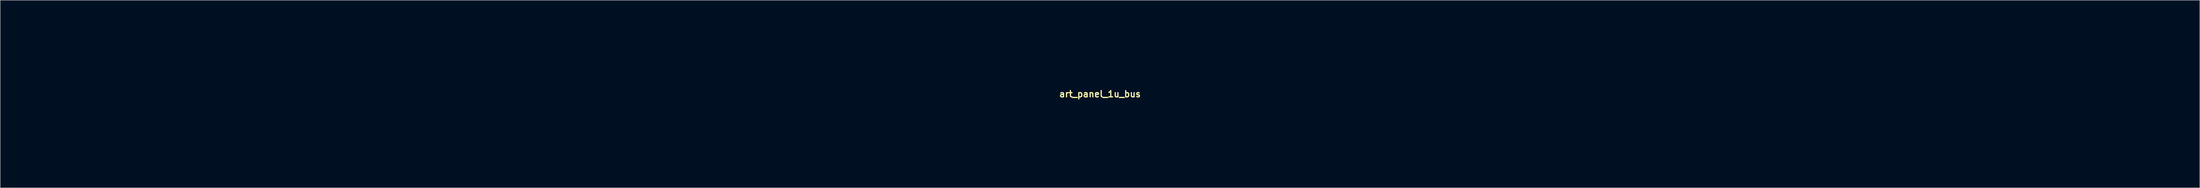
<source format=kicad_pcb>
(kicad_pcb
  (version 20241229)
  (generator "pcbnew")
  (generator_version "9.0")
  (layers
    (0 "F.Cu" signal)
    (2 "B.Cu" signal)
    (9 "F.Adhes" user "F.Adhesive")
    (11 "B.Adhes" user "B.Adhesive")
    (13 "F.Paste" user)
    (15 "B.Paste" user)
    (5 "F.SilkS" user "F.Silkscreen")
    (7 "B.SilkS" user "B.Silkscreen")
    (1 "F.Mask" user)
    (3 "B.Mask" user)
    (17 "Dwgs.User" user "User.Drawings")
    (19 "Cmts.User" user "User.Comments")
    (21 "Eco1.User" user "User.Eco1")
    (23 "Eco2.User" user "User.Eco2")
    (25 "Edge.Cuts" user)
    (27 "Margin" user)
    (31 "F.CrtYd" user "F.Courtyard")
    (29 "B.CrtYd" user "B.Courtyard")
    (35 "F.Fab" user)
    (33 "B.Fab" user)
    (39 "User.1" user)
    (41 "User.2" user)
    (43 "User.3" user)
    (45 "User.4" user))
  (footprint "art_panel_1u_bus"
    (layer "F.Cu")
    (at 264.006 19.806)
    (property "Reference" "art_panel_1u_bus" (at 0 0 0) (layer "F.SilkS") (effects (font (size 1.524 1.524) (thickness 0.3))))
    (attr through_hole)
    (fp_poly (pts (xy -262.445 -18.246) (xy -264.001 -18.246) (xy -264.001 -19.801) (xy -262.445 -19.801) (xy -262.445 -18.246)) (stroke (width 0.01) (type solid)) (fill yes) (layer "F.Mask"))
    (fp_poly (pts (xy 264.001 19.801) (xy 262.445 19.801) (xy 262.445 18.246) (xy 264.001 18.246) (xy 264.001 19.801)) (stroke (width 0.01) (type solid)) (fill yes) (layer "F.Mask"))
    (fp_poly (pts (xy 75.067 8.458) (xy 75.143 8.479) (xy 75.166 8.49) (xy 75.219 8.525) (xy 75.268 8.575) (xy 75.308 8.632) (xy 75.324 8.665) (xy 75.348 8.726) (xy 75.354 11.451) (xy 103.992 11.451) (xy 103.992 12.15) (xy -13.991 12.15) (xy -13.991 11.451) (xy 74.65 11.446) (xy 74.66 8.694) (xy 74.683 8.645) (xy 74.716 8.592) (xy 74.761 8.541) (xy 74.812 8.501) (xy 74.832 8.489) (xy 74.905 8.463) (xy 74.985 8.453) (xy 75.067 8.458)) (stroke (width 0.01) (type solid)) (fill yes) (layer "F.Mask"))
    (fp_poly (pts (xy -44.939 8.457) (xy -44.865 8.479) (xy -44.797 8.516) (xy -44.738 8.567) (xy -44.69 8.633) (xy -44.679 8.655) (xy -44.656 8.705) (xy -44.654 10.078) (xy -44.651 11.451) (xy -16.002 11.451) (xy -16.002 12.15) (xy -133.996 12.15) (xy -133.996 11.451) (xy -89.675 11.449) (xy -45.355 11.446) (xy -45.35 10.075) (xy -45.344 8.705) (xy -45.315 8.644) (xy -45.286 8.598) (xy -45.248 8.552) (xy -45.232 8.537) (xy -45.166 8.49) (xy -45.093 8.462) (xy -45.016 8.451) (xy -44.939 8.457)) (stroke (width 0.01) (type solid)) (fill yes) (layer "F.Mask"))
    (fp_poly (pts (xy 195.068 8.457) (xy 195.143 8.48) (xy 195.211 8.521) (xy 195.23 8.537) (xy 195.268 8.578) (xy 195.302 8.626) (xy 195.312 8.644) (xy 195.342 8.705) (xy 195.342 11.89) (xy 195.314 11.949) (xy 195.269 12.022) (xy 195.208 12.08) (xy 195.147 12.117) (xy 195.088 12.144) (xy 150.545 12.147) (xy 106.003 12.15) (xy 106.003 11.451) (xy 194.648 11.451) (xy 194.651 10.078) (xy 194.654 8.705) (xy 194.677 8.655) (xy 194.72 8.585) (xy 194.776 8.529) (xy 194.842 8.488) (xy 194.915 8.462) (xy 194.991 8.451) (xy 195.068 8.457)) (stroke (width 0.01) (type solid)) (fill yes) (layer "F.Mask"))
    (fp_poly (pts (xy -196.003 -11.451) (xy -224.652 -11.451) (xy -224.655 -10.078) (xy -224.658 -8.705) (xy -224.687 -8.645) (xy -224.733 -8.576) (xy -224.794 -8.518) (xy -224.845 -8.486) (xy -224.895 -8.469) (xy -224.957 -8.459) (xy -225.024 -8.458) (xy -225.088 -8.465) (xy -225.139 -8.479) (xy -225.197 -8.511) (xy -225.253 -8.559) (xy -225.299 -8.617) (xy -225.32 -8.652) (xy -225.346 -8.705) (xy -225.346 -11.89) (xy -225.322 -11.941) (xy -225.283 -12.011) (xy -225.234 -12.064) (xy -225.171 -12.107) (xy -225.169 -12.108) (xy -225.102 -12.144) (xy -210.553 -12.147) (xy -196.003 -12.15) (xy -196.003 -11.451)) (stroke (width 0.01) (type solid)) (fill yes) (layer "F.Mask"))
    (fp_poly (pts (xy -76.01 -11.451) (xy -104.648 -11.451) (xy -104.648 -10.118) (xy -104.648 -9.9) (xy -104.648 -9.702) (xy -104.649 -9.524) (xy -104.649 -9.366) (xy -104.65 -9.227) (xy -104.651 -9.106) (xy -104.652 -9.003) (xy -104.653 -8.917) (xy -104.654 -8.848) (xy -104.656 -8.794) (xy -104.657 -8.757) (xy -104.659 -8.734) (xy -104.66 -8.729) (xy -104.687 -8.646) (xy -104.731 -8.576) (xy -104.791 -8.519) (xy -104.845 -8.487) (xy -104.88 -8.473) (xy -104.917 -8.464) (xy -104.965 -8.46) (xy -104.987 -8.459) (xy -105.032 -8.459) (xy -105.071 -8.461) (xy -105.099 -8.464) (xy -105.103 -8.465) (xy -105.181 -8.501) (xy -105.248 -8.555) (xy -105.302 -8.622) (xy -105.316 -8.647) (xy -105.341 -8.694) (xy -105.344 -10.073) (xy -105.347 -11.451) (xy -193.993 -11.451) (xy -193.993 -12.15) (xy -76.01 -12.15) (xy -76.01 -11.451)) (stroke (width 0.01) (type solid)) (fill yes) (layer "F.Mask"))
    (fp_poly (pts (xy 43.995 -11.451) (xy 15.346 -11.451) (xy 15.346 -10.092) (xy 15.346 -9.894) (xy 15.346 -9.717) (xy 15.346 -9.558) (xy 15.346 -9.418) (xy 15.345 -9.294) (xy 15.345 -9.185) (xy 15.345 -9.091) (xy 15.344 -9.01) (xy 15.344 -8.942) (xy 15.343 -8.884) (xy 15.342 -8.836) (xy 15.341 -8.798) (xy 15.339 -8.766) (xy 15.338 -8.742) (xy 15.336 -8.723) (xy 15.334 -8.708) (xy 15.331 -8.696) (xy 15.328 -8.686) (xy 15.325 -8.678) (xy 15.324 -8.675) (xy 15.288 -8.605) (xy 15.235 -8.544) (xy 15.169 -8.496) (xy 15.164 -8.493) (xy 15.133 -8.477) (xy 15.103 -8.468) (xy 15.068 -8.462) (xy 15.02 -8.459) (xy 15.012 -8.459) (xy 14.958 -8.459) (xy 14.918 -8.462) (xy 14.885 -8.47) (xy 14.866 -8.476) (xy 14.793 -8.517) (xy 14.733 -8.573) (xy 14.688 -8.644) (xy 14.653 -8.715) (xy 14.647 -11.451) (xy -73.999 -11.451) (xy -73.999 -12.15) (xy 43.995 -12.15) (xy 43.995 -11.451)) (stroke (width 0.01) (type solid)) (fill yes) (layer "F.Mask"))
    (fp_poly (pts (xy 90.548 -12.147) (xy 135.091 -12.144) (xy 135.149 -12.117) (xy 135.222 -12.071) (xy 135.281 -12.009) (xy 135.317 -11.949) (xy 135.345 -11.89) (xy 135.345 -8.715) (xy 135.31 -8.644) (xy 135.264 -8.572) (xy 135.206 -8.517) (xy 135.136 -8.479) (xy 135.055 -8.46) (xy 134.998 -8.457) (xy 134.956 -8.459) (xy 134.919 -8.462) (xy 134.895 -8.466) (xy 134.895 -8.466) (xy 134.822 -8.499) (xy 134.757 -8.549) (xy 134.705 -8.612) (xy 134.673 -8.675) (xy 134.67 -8.683) (xy 134.667 -8.692) (xy 134.665 -8.703) (xy 134.663 -8.717) (xy 134.661 -8.734) (xy 134.659 -8.757) (xy 134.657 -8.786) (xy 134.656 -8.822) (xy 134.655 -8.866) (xy 134.654 -8.92) (xy 134.654 -8.984) (xy 134.653 -9.061) (xy 134.653 -9.15) (xy 134.652 -9.253) (xy 134.652 -9.371) (xy 134.652 -9.506) (xy 134.652 -9.658) (xy 134.652 -9.829) (xy 134.652 -10.019) (xy 134.652 -11.451) (xy 46.006 -11.451) (xy 46.006 -12.15) (xy 90.548 -12.147)) (stroke (width 0.01) (type solid)) (fill yes) (layer "F.Mask"))
    (fp_poly (pts (xy -164.937 8.457) (xy -164.861 8.48) (xy -164.792 8.519) (xy -164.733 8.573) (xy -164.687 8.642) (xy -164.686 8.644) (xy -164.661 8.694) (xy -164.655 10.07) (xy -164.65 11.446) (xy -136.006 11.451) (xy -136.006 12.15) (xy -150.529 12.149) (xy -151.084 12.149) (xy -151.633 12.148) (xy -152.177 12.148) (xy -152.716 12.148) (xy -153.248 12.148) (xy -153.773 12.148) (xy -154.291 12.148) (xy -154.803 12.148) (xy -155.306 12.148) (xy -155.801 12.148) (xy -156.288 12.148) (xy -156.766 12.147) (xy -157.235 12.147) (xy -157.694 12.147) (xy -158.143 12.147) (xy -158.581 12.147) (xy -159.009 12.146) (xy -159.425 12.146) (xy -159.831 12.146) (xy -160.224 12.146) (xy -160.604 12.146) (xy -160.972 12.145) (xy -161.327 12.145) (xy -161.669 12.145) (xy -161.996 12.145) (xy -162.31 12.144) (xy -162.608 12.144) (xy -162.892 12.144) (xy -163.16 12.144) (xy -163.413 12.143) (xy -163.649 12.143) (xy -163.869 12.143) (xy -164.072 12.143) (xy -164.257 12.142) (xy -164.425 12.142) (xy -164.575 12.142) (xy -164.706 12.141) (xy -164.818 12.141) (xy -164.911 12.141) (xy -164.985 12.14) (xy -165.039 12.14) (xy -165.072 12.14) (xy -165.084 12.14) (xy -165.084 12.14) (xy -165.164 12.11) (xy -165.233 12.063) (xy -165.289 12.002) (xy -165.297 11.988) (xy -165.305 11.977) (xy -165.312 11.966) (xy -165.318 11.954) (xy -165.324 11.942) (xy -165.329 11.928) (xy -165.333 11.91) (xy -165.337 11.888) (xy -165.34 11.86) (xy -165.343 11.826) (xy -165.346 11.785) (xy -165.348 11.735) (xy -165.349 11.676) (xy -165.351 11.607) (xy -165.351 11.525) (xy -165.352 11.432) (xy -165.353 11.324) (xy -165.353 11.202) (xy -165.353 11.064) (xy -165.353 10.91) (xy -165.352 10.738) (xy -165.352 10.547) (xy -165.352 10.336) (xy -165.352 10.27) (xy -165.349 8.715) (xy -165.321 8.657) (xy -165.28 8.585) (xy -165.229 8.531) (xy -165.176 8.495) (xy -165.097 8.463) (xy -165.017 8.451) (xy -164.937 8.457)) (stroke (width 0.01) (type solid)) (fill yes) (layer "F.Mask"))
    (fp_poly (pts (xy -224.706 -7.048) (xy -224.435 -7.034) (xy -224.174 -7.01) (xy -223.917 -6.975) (xy -223.658 -6.93) (xy -223.394 -6.873) (xy -223.271 -6.843) (xy -222.902 -6.74) (xy -222.541 -6.617) (xy -222.188 -6.475) (xy -221.844 -6.314) (xy -221.509 -6.136) (xy -221.185 -5.94) (xy -220.873 -5.726) (xy -220.571 -5.496) (xy -220.283 -5.25) (xy -220.007 -4.988) (xy -219.745 -4.711) (xy -219.497 -4.419) (xy -219.265 -4.113) (xy -219.155 -3.956) (xy -218.949 -3.632) (xy -218.761 -3.299) (xy -218.592 -2.959) (xy -218.443 -2.61) (xy -218.313 -2.255) (xy -218.202 -1.894) (xy -218.111 -1.528) (xy -218.04 -1.158) (xy -217.988 -0.784) (xy -217.957 -0.407) (xy -217.946 -0.028) (xy -217.954 0.352) (xy -217.984 0.733) (xy -218.034 1.113) (xy -218.104 1.492) (xy -218.149 1.688) (xy -218.249 2.055) (xy -218.369 2.415) (xy -218.508 2.768) (xy -218.666 3.112) (xy -218.843 3.447) (xy -219.037 3.772) (xy -219.248 4.087) (xy -219.476 4.39) (xy -219.72 4.681) (xy -219.98 4.959) (xy -220.256 5.223) (xy -220.545 5.472) (xy -220.602 5.517) (xy -220.911 5.751) (xy -221.231 5.966) (xy -221.561 6.162) (xy -221.902 6.34) (xy -222.252 6.499) (xy -222.612 6.64) (xy -222.827 6.713) (xy -223.189 6.819) (xy -223.559 6.906) (xy -223.934 6.973) (xy -224.313 7.02) (xy -224.695 7.047) (xy -225.08 7.053) (xy -225.293 7.048) (xy -225.676 7.022) (xy -226.055 6.976) (xy -226.429 6.91) (xy -226.797 6.824) (xy -227.159 6.718) (xy -227.515 6.594) (xy -227.862 6.451) (xy -228.202 6.289) (xy -228.532 6.11) (xy -228.852 5.913) (xy -229.162 5.7) (xy -229.461 5.469) (xy -229.748 5.222) (xy -230.022 4.959) (xy -230.282 4.68) (xy -230.529 4.387) (xy -230.671 4.202) (xy -230.892 3.887) (xy -231.094 3.561) (xy -231.279 3.225) (xy -231.445 2.879) (xy -231.592 2.525) (xy -231.719 2.162) (xy -231.827 1.793) (xy -231.885 1.556) (xy -231.958 1.187) (xy -232.01 0.813) (xy -232.043 0.435) (xy -232.056 0.055) (xy -232.055 0.031) (xy -229.944 0.031) (xy -229.932 0.343) (xy -229.901 0.654) (xy -229.85 0.963) (xy -229.779 1.267) (xy -229.689 1.567) (xy -229.58 1.862) (xy -229.451 2.15) (xy -229.303 2.43) (xy -229.136 2.703) (xy -229.1 2.757) (xy -228.996 2.905) (xy -228.894 3.042) (xy -228.788 3.171) (xy -228.675 3.3) (xy -228.549 3.433) (xy -228.512 3.47) (xy -228.341 3.636) (xy -228.172 3.787) (xy -227.998 3.927) (xy -227.813 4.06) (xy -227.722 4.122) (xy -227.445 4.293) (xy -227.161 4.444) (xy -226.869 4.575) (xy -226.569 4.687) (xy -226.262 4.779) (xy -225.947 4.851) (xy -225.624 4.903) (xy -225.349 4.932) (xy -225.272 4.936) (xy -225.178 4.938) (xy -225.072 4.939) (xy -224.958 4.938) (xy -224.842 4.935) (xy -224.728 4.931) (xy -224.621 4.925) (xy -224.524 4.918) (xy -224.447 4.911) (xy -224.122 4.862) (xy -223.805 4.794) (xy -223.495 4.706) (xy -223.193 4.599) (xy -222.9 4.472) (xy -222.615 4.326) (xy -222.34 4.161) (xy -222.308 4.141) (xy -222.041 3.953) (xy -221.788 3.75) (xy -221.55 3.533) (xy -221.327 3.301) (xy -221.12 3.055) (xy -220.93 2.796) (xy -220.755 2.524) (xy -220.598 2.24) (xy -220.552 2.146) (xy -220.457 1.941) (xy -220.376 1.742) (xy -220.305 1.544) (xy -220.243 1.338) (xy -220.202 1.181) (xy -220.158 0.987) (xy -220.123 0.802) (xy -220.096 0.619) (xy -220.078 0.433) (xy -220.067 0.237) (xy -220.063 0.111) (xy -220.063 -0.157) (xy -220.076 -0.413) (xy -220.102 -0.662) (xy -220.142 -0.91) (xy -220.196 -1.161) (xy -220.207 -1.206) (xy -220.295 -1.513) (xy -220.402 -1.811) (xy -220.526 -2.099) (xy -220.669 -2.378) (xy -220.828 -2.646) (xy -221.003 -2.903) (xy -221.193 -3.148) (xy -221.398 -3.381) (xy -221.617 -3.6) (xy -221.849 -3.805) (xy -222.093 -3.995) (xy -222.349 -4.17) (xy -222.616 -4.329) (xy -222.894 -4.472) (xy -223.18 -4.596) (xy -223.476 -4.703) (xy -223.779 -4.791) (xy -224.048 -4.852) (xy -224.363 -4.903) (xy -224.682 -4.934) (xy -225.002 -4.944) (xy -225.322 -4.934) (xy -225.631 -4.904) (xy -225.948 -4.853) (xy -226.259 -4.782) (xy -226.563 -4.691) (xy -226.859 -4.581) (xy -227.148 -4.453) (xy -227.427 -4.306) (xy -227.697 -4.142) (xy -227.956 -3.96) (xy -228.204 -3.762) (xy -228.44 -3.547) (xy -228.662 -3.317) (xy -228.871 -3.072) (xy -229.059 -2.821) (xy -229.152 -2.682) (xy -229.245 -2.529) (xy -229.337 -2.367) (xy -229.424 -2.203) (xy -229.504 -2.04) (xy -229.572 -1.885) (xy -229.594 -1.831) (xy -229.703 -1.527) (xy -229.791 -1.22) (xy -229.86 -0.909) (xy -229.908 -0.596) (xy -229.936 -0.283) (xy -229.944 0.031) (xy -232.055 0.031) (xy -232.049 -0.325) (xy -232.022 -0.704) (xy -231.975 -1.08) (xy -231.908 -1.452) (xy -231.832 -1.778) (xy -231.725 -2.147) (xy -231.599 -2.508) (xy -231.455 -2.86) (xy -231.291 -3.203) (xy -231.11 -3.536) (xy -230.912 -3.859) (xy -230.697 -4.17) (xy -230.465 -4.469) (xy -230.218 -4.755) (xy -229.956 -5.028) (xy -229.678 -5.287) (xy -229.387 -5.532) (xy -229.081 -5.761) (xy -228.763 -5.974) (xy -228.558 -6.098) (xy -228.218 -6.284) (xy -227.871 -6.45) (xy -227.516 -6.597) (xy -227.154 -6.723) (xy -226.785 -6.83) (xy -226.41 -6.917) (xy -226.124 -6.968) (xy -225.956 -6.993) (xy -225.797 -7.014) (xy -225.642 -7.029) (xy -225.487 -7.04) (xy -225.325 -7.048) (xy -225.152 -7.052) (xy -224.991 -7.053) (xy -224.706 -7.048)) (stroke (width 0.01) (type solid)) (fill yes) (layer "F.Mask"))
    (fp_poly (pts (xy 45.425 -7.043) (xy 45.809 -7.01) (xy 46.048 -6.979) (xy 46.422 -6.914) (xy 46.791 -6.828) (xy 47.155 -6.722) (xy 47.511 -6.598) (xy 47.86 -6.454) (xy 48.201 -6.291) (xy 48.533 -6.111) (xy 48.855 -5.913) (xy 49.166 -5.697) (xy 49.466 -5.465) (xy 49.754 -5.217) (xy 50.028 -4.953) (xy 50.29 -4.673) (xy 50.413 -4.53) (xy 50.651 -4.229) (xy 50.872 -3.916) (xy 51.075 -3.594) (xy 51.259 -3.261) (xy 51.425 -2.919) (xy 51.573 -2.57) (xy 51.701 -2.213) (xy 51.81 -1.849) (xy 51.899 -1.48) (xy 51.968 -1.105) (xy 52.016 -0.727) (xy 52.044 -0.345) (xy 52.048 -0.254) (xy 52.05 0.14) (xy 52.033 0.529) (xy 51.995 0.912) (xy 51.937 1.289) (xy 51.858 1.661) (xy 51.759 2.027) (xy 51.64 2.389) (xy 51.499 2.745) (xy 51.339 3.097) (xy 51.334 3.106) (xy 51.252 3.271) (xy 51.172 3.421) (xy 51.09 3.565) (xy 51.004 3.707) (xy 50.909 3.855) (xy 50.868 3.916) (xy 50.644 4.233) (xy 50.407 4.533) (xy 50.156 4.818) (xy 49.89 5.088) (xy 49.61 5.343) (xy 49.314 5.583) (xy 49.003 5.81) (xy 48.916 5.868) (xy 48.587 6.075) (xy 48.251 6.263) (xy 47.907 6.43) (xy 47.555 6.578) (xy 47.195 6.707) (xy 46.827 6.816) (xy 46.451 6.905) (xy 46.168 6.958) (xy 45.919 6.995) (xy 45.657 7.023) (xy 45.388 7.042) (xy 45.119 7.052) (xy 44.856 7.053) (xy 44.699 7.048) (xy 44.312 7.022) (xy 43.93 6.974) (xy 43.552 6.906) (xy 43.179 6.818) (xy 42.812 6.71) (xy 42.451 6.581) (xy 42.098 6.433) (xy 41.752 6.266) (xy 41.414 6.079) (xy 41.095 5.879) (xy 40.782 5.659) (xy 40.482 5.423) (xy 40.196 5.171) (xy 39.924 4.904) (xy 39.667 4.623) (xy 39.425 4.328) (xy 39.199 4.021) (xy 38.99 3.702) (xy 38.799 3.372) (xy 38.625 3.031) (xy 38.469 2.68) (xy 38.439 2.606) (xy 38.326 2.301) (xy 38.228 1.995) (xy 38.145 1.684) (xy 38.076 1.367) (xy 38.02 1.039) (xy 37.977 0.698) (xy 37.961 0.524) (xy 37.957 0.463) (xy 37.953 0.384) (xy 37.951 0.292) (xy 37.949 0.189) (xy 37.948 0.08) (xy 37.948 0.045) (xy 40.06 0.045) (xy 40.06 0.15) (xy 40.062 0.244) (xy 40.065 0.324) (xy 40.067 0.355) (xy 40.103 0.678) (xy 40.156 0.991) (xy 40.228 1.295) (xy 40.318 1.59) (xy 40.427 1.88) (xy 40.551 2.154) (xy 40.7 2.436) (xy 40.866 2.707) (xy 41.048 2.965) (xy 41.246 3.211) (xy 41.458 3.443) (xy 41.684 3.661) (xy 41.923 3.864) (xy 42.174 4.051) (xy 42.436 4.223) (xy 42.708 4.377) (xy 42.99 4.514) (xy 43.28 4.634) (xy 43.578 4.734) (xy 43.883 4.815) (xy 44.111 4.862) (xy 44.358 4.9) (xy 44.611 4.926) (xy 44.864 4.94) (xy 45.113 4.942) (xy 45.334 4.932) (xy 45.66 4.897) (xy 45.98 4.843) (xy 46.294 4.769) (xy 46.599 4.676) (xy 46.897 4.563) (xy 47.186 4.432) (xy 47.466 4.281) (xy 47.736 4.112) (xy 47.996 3.925) (xy 48.245 3.72) (xy 48.439 3.54) (xy 48.667 3.304) (xy 48.877 3.056) (xy 49.069 2.798) (xy 49.243 2.53) (xy 49.398 2.252) (xy 49.534 1.965) (xy 49.652 1.67) (xy 49.75 1.367) (xy 49.828 1.057) (xy 49.873 0.82) (xy 49.916 0.505) (xy 49.938 0.188) (xy 49.939 -0.13) (xy 49.921 -0.446) (xy 49.883 -0.76) (xy 49.825 -1.071) (xy 49.747 -1.376) (xy 49.651 -1.674) (xy 49.552 -1.924) (xy 49.415 -2.217) (xy 49.261 -2.499) (xy 49.09 -2.769) (xy 48.903 -3.027) (xy 48.701 -3.271) (xy 48.484 -3.502) (xy 48.254 -3.717) (xy 48.01 -3.918) (xy 47.754 -4.103) (xy 47.485 -4.271) (xy 47.206 -4.423) (xy 46.917 -4.556) (xy 46.618 -4.671) (xy 46.551 -4.694) (xy 46.24 -4.786) (xy 45.926 -4.857) (xy 45.609 -4.907) (xy 45.289 -4.936) (xy 44.966 -4.944) (xy 44.64 -4.931) (xy 44.365 -4.904) (xy 44.065 -4.857) (xy 43.766 -4.789) (xy 43.47 -4.702) (xy 43.178 -4.595) (xy 42.893 -4.471) (xy 42.616 -4.33) (xy 42.35 -4.173) (xy 42.097 -4) (xy 42.045 -3.962) (xy 41.902 -3.849) (xy 41.756 -3.726) (xy 41.612 -3.595) (xy 41.475 -3.462) (xy 41.347 -3.33) (xy 41.247 -3.216) (xy 41.042 -2.96) (xy 40.855 -2.693) (xy 40.688 -2.417) (xy 40.54 -2.132) (xy 40.411 -1.839) (xy 40.301 -1.537) (xy 40.21 -1.226) (xy 40.14 -0.908) (xy 40.089 -0.582) (xy 40.084 -0.545) (xy 40.077 -0.473) (xy 40.071 -0.385) (xy 40.067 -0.284) (xy 40.063 -0.176) (xy 40.061 -0.065) (xy 40.06 0.045) (xy 37.948 0.045) (xy 37.948 -0.032) (xy 37.949 -0.142) (xy 37.95 -0.248) (xy 37.952 -0.346) (xy 37.955 -0.432) (xy 37.959 -0.502) (xy 37.961 -0.524) (xy 38.003 -0.921) (xy 38.066 -1.309) (xy 38.148 -1.69) (xy 38.249 -2.062) (xy 38.369 -2.425) (xy 38.509 -2.78) (xy 38.669 -3.127) (xy 38.847 -3.465) (xy 39.045 -3.794) (xy 39.249 -4.096) (xy 39.482 -4.404) (xy 39.728 -4.696) (xy 39.988 -4.973) (xy 40.261 -5.234) (xy 40.546 -5.479) (xy 40.842 -5.707) (xy 41.149 -5.919) (xy 41.467 -6.113) (xy 41.793 -6.29) (xy 42.129 -6.45) (xy 42.472 -6.591) (xy 42.823 -6.715) (xy 43.18 -6.819) (xy 43.543 -6.905) (xy 43.912 -6.972) (xy 44.285 -7.02) (xy 44.662 -7.048) (xy 45.042 -7.055) (xy 45.425 -7.043)) (stroke (width 0.01) (type solid)) (fill yes) (layer "F.Mask"))
    (fp_poly (pts (xy 195.124 -7.052) (xy 195.245 -7.051) (xy 195.354 -7.048) (xy 195.455 -7.043) (xy 195.553 -7.037) (xy 195.654 -7.028) (xy 195.76 -7.017) (xy 195.855 -7.006) (xy 196.235 -6.949) (xy 196.609 -6.872) (xy 196.976 -6.776) (xy 197.337 -6.661) (xy 197.689 -6.527) (xy 198.033 -6.374) (xy 198.368 -6.204) (xy 198.692 -6.016) (xy 199.007 -5.812) (xy 199.31 -5.59) (xy 199.601 -5.353) (xy 199.88 -5.1) (xy 200.145 -4.832) (xy 200.397 -4.549) (xy 200.634 -4.252) (xy 200.856 -3.941) (xy 201.062 -3.616) (xy 201.125 -3.508) (xy 201.306 -3.172) (xy 201.468 -2.827) (xy 201.61 -2.474) (xy 201.733 -2.114) (xy 201.837 -1.748) (xy 201.92 -1.377) (xy 201.983 -1.001) (xy 202.027 -0.621) (xy 202.05 -0.237) (xy 202.052 0.148) (xy 202.033 0.535) (xy 202.03 0.578) (xy 201.989 0.959) (xy 201.928 1.336) (xy 201.846 1.707) (xy 201.745 2.072) (xy 201.624 2.431) (xy 201.485 2.781) (xy 201.327 3.124) (xy 201.152 3.457) (xy 200.958 3.781) (xy 200.747 4.094) (xy 200.519 4.397) (xy 200.275 4.687) (xy 200.015 4.964) (xy 199.739 5.228) (xy 199.447 5.478) (xy 199.398 5.517) (xy 199.088 5.751) (xy 198.768 5.966) (xy 198.438 6.162) (xy 198.098 6.34) (xy 197.748 6.499) (xy 197.387 6.64) (xy 197.172 6.713) (xy 196.811 6.819) (xy 196.443 6.906) (xy 196.068 6.973) (xy 195.69 7.02) (xy 195.309 7.047) (xy 194.926 7.053) (xy 194.712 7.048) (xy 194.329 7.023) (xy 193.951 6.977) (xy 193.578 6.911) (xy 193.21 6.826) (xy 192.85 6.721) (xy 192.497 6.598) (xy 192.151 6.457) (xy 191.815 6.298) (xy 191.487 6.121) (xy 191.17 5.928) (xy 190.863 5.718) (xy 190.567 5.492) (xy 190.283 5.25) (xy 190.012 4.993) (xy 189.754 4.722) (xy 189.51 4.436) (xy 189.281 4.136) (xy 189.066 3.822) (xy 188.868 3.495) (xy 188.686 3.156) (xy 188.682 3.147) (xy 188.521 2.803) (xy 188.381 2.452) (xy 188.259 2.095) (xy 188.158 1.732) (xy 188.076 1.364) (xy 188.014 0.994) (xy 187.971 0.62) (xy 187.948 0.245) (xy 187.946 0.023) (xy 190.057 0.023) (xy 190.068 0.34) (xy 190.1 0.656) (xy 190.136 0.889) (xy 190.19 1.143) (xy 190.26 1.401) (xy 190.344 1.658) (xy 190.44 1.907) (xy 190.546 2.144) (xy 190.57 2.194) (xy 190.708 2.452) (xy 190.858 2.696) (xy 191.021 2.928) (xy 191.2 3.153) (xy 191.397 3.372) (xy 191.505 3.483) (xy 191.636 3.611) (xy 191.759 3.725) (xy 191.878 3.828) (xy 191.999 3.925) (xy 192.124 4.017) (xy 192.258 4.11) (xy 192.31 4.144) (xy 192.58 4.308) (xy 192.86 4.454) (xy 193.149 4.582) (xy 193.446 4.691) (xy 193.749 4.78) (xy 194.057 4.851) (xy 194.368 4.902) (xy 194.682 4.933) (xy 194.997 4.943) (xy 195.312 4.932) (xy 195.326 4.932) (xy 195.65 4.899) (xy 195.968 4.845) (xy 196.281 4.772) (xy 196.586 4.679) (xy 196.884 4.567) (xy 197.174 4.436) (xy 197.455 4.286) (xy 197.726 4.118) (xy 197.987 3.932) (xy 198.237 3.729) (xy 198.474 3.508) (xy 198.497 3.486) (xy 198.719 3.247) (xy 198.925 2.998) (xy 199.112 2.737) (xy 199.281 2.466) (xy 199.431 2.185) (xy 199.563 1.894) (xy 199.676 1.594) (xy 199.77 1.286) (xy 199.845 0.969) (xy 199.9 0.645) (xy 199.915 0.529) (xy 199.922 0.452) (xy 199.928 0.359) (xy 199.933 0.254) (xy 199.936 0.142) (xy 199.938 0.028) (xy 199.938 -0.083) (xy 199.937 -0.187) (xy 199.934 -0.279) (xy 199.931 -0.339) (xy 199.896 -0.667) (xy 199.841 -0.989) (xy 199.767 -1.303) (xy 199.673 -1.609) (xy 199.56 -1.907) (xy 199.428 -2.196) (xy 199.278 -2.475) (xy 199.108 -2.746) (xy 198.92 -3.006) (xy 198.714 -3.255) (xy 198.491 -3.493) (xy 198.252 -3.717) (xy 198.002 -3.924) (xy 197.742 -4.112) (xy 197.471 -4.281) (xy 197.191 -4.432) (xy 196.901 -4.564) (xy 196.602 -4.678) (xy 196.294 -4.772) (xy 195.977 -4.847) (xy 195.652 -4.902) (xy 195.538 -4.917) (xy 195.464 -4.924) (xy 195.374 -4.93) (xy 195.271 -4.934) (xy 195.161 -4.938) (xy 195.048 -4.94) (xy 194.937 -4.941) (xy 194.832 -4.94) (xy 194.737 -4.937) (xy 194.657 -4.933) (xy 194.649 -4.933) (xy 194.323 -4.898) (xy 194.005 -4.844) (xy 193.696 -4.77) (xy 193.393 -4.677) (xy 193.096 -4.564) (xy 192.844 -4.45) (xy 192.56 -4.299) (xy 192.287 -4.132) (xy 192.027 -3.948) (xy 191.779 -3.748) (xy 191.546 -3.534) (xy 191.326 -3.305) (xy 191.122 -3.063) (xy 190.933 -2.808) (xy 190.76 -2.541) (xy 190.605 -2.264) (xy 190.468 -1.976) (xy 190.349 -1.679) (xy 190.298 -1.532) (xy 190.21 -1.231) (xy 190.142 -0.923) (xy 190.094 -0.611) (xy 190.065 -0.295) (xy 190.057 0.023) (xy 187.946 0.023) (xy 187.945 -0.131) (xy 187.962 -0.506) (xy 187.998 -0.881) (xy 188.054 -1.253) (xy 188.13 -1.623) (xy 188.226 -1.988) (xy 188.342 -2.349) (xy 188.478 -2.704) (xy 188.507 -2.773) (xy 188.669 -3.124) (xy 188.848 -3.464) (xy 189.045 -3.793) (xy 189.259 -4.109) (xy 189.489 -4.413) (xy 189.735 -4.704) (xy 189.997 -4.981) (xy 190.273 -5.244) (xy 190.565 -5.492) (xy 190.87 -5.725) (xy 191.189 -5.943) (xy 191.522 -6.144) (xy 191.738 -6.263) (xy 192.049 -6.415) (xy 192.373 -6.554) (xy 192.707 -6.677) (xy 193.05 -6.784) (xy 193.397 -6.874) (xy 193.746 -6.947) (xy 194.093 -7) (xy 194.223 -7.016) (xy 194.344 -7.028) (xy 194.461 -7.038) (xy 194.58 -7.044) (xy 194.706 -7.049) (xy 194.842 -7.052) (xy 194.987 -7.053) (xy 195.124 -7.052)) (stroke (width 0.01) (type solid)) (fill yes) (layer "F.Mask"))
    (fp_poly (pts (xy -104.44 -7.035) (xy -104.402 -7.032) (xy -104.018 -6.989) (xy -103.639 -6.926) (xy -103.266 -6.842) (xy -102.899 -6.739) (xy -102.539 -6.616) (xy -102.187 -6.474) (xy -101.843 -6.314) (xy -101.508 -6.135) (xy -101.183 -5.938) (xy -100.868 -5.724) (xy -100.565 -5.492) (xy -100.274 -5.243) (xy -100.027 -5.008) (xy -99.758 -4.727) (xy -99.508 -4.433) (xy -99.274 -4.129) (xy -99.059 -3.813) (xy -98.862 -3.488) (xy -98.684 -3.152) (xy -98.524 -2.806) (xy -98.383 -2.452) (xy -98.26 -2.089) (xy -98.157 -1.718) (xy -98.074 -1.339) (xy -98.01 -0.953) (xy -97.975 -0.656) (xy -97.964 -0.516) (xy -97.956 -0.36) (xy -97.951 -0.193) (xy -97.95 -0.018) (xy -97.952 0.16) (xy -97.957 0.335) (xy -97.965 0.504) (xy -97.977 0.662) (xy -97.986 0.761) (xy -98.038 1.142) (xy -98.11 1.516) (xy -98.201 1.884) (xy -98.312 2.245) (xy -98.44 2.598) (xy -98.587 2.942) (xy -98.752 3.277) (xy -98.933 3.602) (xy -99.131 3.917) (xy -99.345 4.22) (xy -99.575 4.512) (xy -99.82 4.792) (xy -100.08 5.058) (xy -100.354 5.311) (xy -100.641 5.55) (xy -100.942 5.773) (xy -101.255 5.981) (xy -101.581 6.173) (xy -101.919 6.348) (xy -102.268 6.506) (xy -102.351 6.54) (xy -102.712 6.675) (xy -103.079 6.789) (xy -103.451 6.883) (xy -103.828 6.956) (xy -104.21 7.009) (xy -104.596 7.042) (xy -104.987 7.053) (xy -105.167 7.052) (xy -105.548 7.034) (xy -105.925 6.995) (xy -106.299 6.936) (xy -106.667 6.857) (xy -107.029 6.759) (xy -107.385 6.642) (xy -107.734 6.506) (xy -108.074 6.353) (xy -108.406 6.181) (xy -108.729 5.992) (xy -109.041 5.786) (xy -109.342 5.563) (xy -109.632 5.324) (xy -109.91 5.069) (xy -110.175 4.799) (xy -110.426 4.514) (xy -110.662 4.214) (xy -110.866 3.926) (xy -111.072 3.6) (xy -111.259 3.266) (xy -111.427 2.922) (xy -111.575 2.57) (xy -111.704 2.21) (xy -111.813 1.841) (xy -111.904 1.464) (xy -111.974 1.08) (xy -111.987 0.992) (xy -112.004 0.873) (xy -112.017 0.764) (xy -112.028 0.66) (xy -112.036 0.556) (xy -112.042 0.45) (xy -112.046 0.337) (xy -112.049 0.212) (xy -112.05 0.072) (xy -112.05 0.011) (xy -109.944 0.011) (xy -109.932 0.331) (xy -109.9 0.652) (xy -109.846 0.973) (xy -109.844 0.984) (xy -109.771 1.294) (xy -109.678 1.597) (xy -109.566 1.893) (xy -109.435 2.18) (xy -109.287 2.458) (xy -109.121 2.726) (xy -108.938 2.984) (xy -108.738 3.229) (xy -108.523 3.462) (xy -108.293 3.682) (xy -108.048 3.888) (xy -107.789 4.078) (xy -107.608 4.197) (xy -107.534 4.242) (xy -107.444 4.292) (xy -107.345 4.346) (xy -107.24 4.4) (xy -107.134 4.453) (xy -107.031 4.503) (xy -106.936 4.547) (xy -106.853 4.582) (xy -106.828 4.593) (xy -106.528 4.7) (xy -106.222 4.788) (xy -105.912 4.856) (xy -105.6 4.905) (xy -105.287 4.934) (xy -104.975 4.943) (xy -104.68 4.932) (xy -104.354 4.899) (xy -104.034 4.845) (xy -103.721 4.772) (xy -103.414 4.68) (xy -103.116 4.568) (xy -102.826 4.436) (xy -102.545 4.286) (xy -102.273 4.118) (xy -102.011 3.931) (xy -101.761 3.726) (xy -101.562 3.543) (xy -101.338 3.311) (xy -101.13 3.066) (xy -100.939 2.809) (xy -100.765 2.54) (xy -100.608 2.261) (xy -100.471 1.972) (xy -100.352 1.675) (xy -100.252 1.371) (xy -100.24 1.329) (xy -100.165 1.022) (xy -100.109 0.71) (xy -100.074 0.395) (xy -100.059 0.078) (xy -100.064 -0.239) (xy -100.089 -0.555) (xy -100.134 -0.869) (xy -100.199 -1.178) (xy -100.284 -1.482) (xy -100.308 -1.555) (xy -100.42 -1.857) (xy -100.551 -2.151) (xy -100.7 -2.435) (xy -100.867 -2.707) (xy -101.051 -2.968) (xy -101.251 -3.216) (xy -101.28 -3.249) (xy -101.505 -3.49) (xy -101.742 -3.713) (xy -101.991 -3.919) (xy -102.251 -4.106) (xy -102.521 -4.276) (xy -102.8 -4.427) (xy -103.089 -4.56) (xy -103.387 -4.673) (xy -103.693 -4.768) (xy -104.006 -4.843) (xy -104.327 -4.898) (xy -104.648 -4.933) (xy -104.721 -4.937) (xy -104.81 -4.939) (xy -104.91 -4.94) (xy -105.017 -4.94) (xy -105.127 -4.939) (xy -105.235 -4.936) (xy -105.338 -4.932) (xy -105.43 -4.927) (xy -105.508 -4.921) (xy -105.548 -4.916) (xy -105.869 -4.868) (xy -106.179 -4.802) (xy -106.479 -4.719) (xy -106.77 -4.618) (xy -107.054 -4.498) (xy -107.333 -4.36) (xy -107.442 -4.299) (xy -107.701 -4.141) (xy -107.952 -3.964) (xy -108.194 -3.77) (xy -108.425 -3.56) (xy -108.643 -3.337) (xy -108.847 -3.102) (xy -109.033 -2.857) (xy -109.138 -2.703) (xy -109.307 -2.426) (xy -109.456 -2.141) (xy -109.586 -1.849) (xy -109.696 -1.55) (xy -109.786 -1.246) (xy -109.856 -0.937) (xy -109.905 -0.624) (xy -109.935 -0.308) (xy -109.944 0.011) (xy -112.05 0.011) (xy -112.05 0.005) (xy -112.05 -0.121) (xy -112.05 -0.229) (xy -112.048 -0.325) (xy -112.045 -0.412) (xy -112.041 -0.493) (xy -112.035 -0.574) (xy -112.027 -0.658) (xy -112.018 -0.748) (xy -112.006 -0.85) (xy -112.003 -0.874) (xy -111.947 -1.248) (xy -111.871 -1.618) (xy -111.775 -1.984) (xy -111.659 -2.344) (xy -111.523 -2.698) (xy -111.369 -3.045) (xy -111.197 -3.383) (xy -111.006 -3.711) (xy -110.798 -4.029) (xy -110.573 -4.335) (xy -110.507 -4.419) (xy -110.289 -4.677) (xy -110.054 -4.929) (xy -109.805 -5.171) (xy -109.548 -5.4) (xy -109.411 -5.513) (xy -109.106 -5.744) (xy -108.79 -5.957) (xy -108.463 -6.153) (xy -108.128 -6.329) (xy -107.784 -6.488) (xy -107.432 -6.627) (xy -107.074 -6.748) (xy -106.709 -6.849) (xy -106.34 -6.93) (xy -105.965 -6.992) (xy -105.587 -7.033) (xy -105.207 -7.055) (xy -104.824 -7.055) (xy -104.44 -7.035)) (stroke (width 0.01) (type solid)) (fill yes) (layer "F.Mask"))
    (fp_poly (pts (xy -77.18 -15.153) (xy -74.943 -15.153) (xy -72.684 -15.153) (xy -70.404 -15.153) (xy -68.103 -15.153) (xy -65.78 -15.153) (xy -63.437 -15.153) (xy -61.072 -15.153) (xy -58.687 -15.153) (xy -56.28 -15.153) (xy -53.852 -15.153) (xy -51.403 -15.153) (xy -48.933 -15.153) (xy -46.442 -15.153) (xy -43.929 -15.153) (xy -41.396 -15.153) (xy -38.841 -15.153) (xy -36.265 -15.153) (xy -33.668 -15.153) (xy -31.05 -15.153) (xy -28.411 -15.153) (xy -25.75 -15.153) (xy -23.068 -15.153) (xy -20.366 -15.153) (xy -17.642 -15.153) (xy -14.965 -15.153) (xy 165.074 -15.15) (xy 165.134 -15.126) (xy 165.201 -15.088) (xy 165.26 -15.035) (xy 165.306 -14.972) (xy 165.312 -14.959) (xy 165.338 -14.907) (xy 165.341 -11.817) (xy 165.341 -11.51) (xy 165.341 -11.223) (xy 165.342 -10.956) (xy 165.342 -10.708) (xy 165.342 -10.479) (xy 165.342 -10.267) (xy 165.342 -10.072) (xy 165.342 -9.893) (xy 165.342 -9.729) (xy 165.342 -9.581) (xy 165.342 -9.446) (xy 165.341 -9.324) (xy 165.34 -9.215) (xy 165.339 -9.118) (xy 165.338 -9.032) (xy 165.337 -8.957) (xy 165.335 -8.891) (xy 165.333 -8.834) (xy 165.331 -8.785) (xy 165.328 -8.744) (xy 165.325 -8.709) (xy 165.322 -8.681) (xy 165.318 -8.658) (xy 165.314 -8.64) (xy 165.31 -8.626) (xy 165.305 -8.615) (xy 165.3 -8.606) (xy 165.294 -8.6) (xy 165.288 -8.594) (xy 165.281 -8.589) (xy 165.273 -8.583) (xy 165.266 -8.576) (xy 165.258 -8.569) (xy 165.194 -8.513) (xy 165.142 -8.483) (xy 165.107 -8.469) (xy 165.077 -8.46) (xy 165.045 -8.457) (xy 165.001 -8.457) (xy 164.985 -8.458) (xy 164.91 -8.466) (xy 164.848 -8.484) (xy 164.794 -8.516) (xy 164.752 -8.553) (xy 164.701 -8.617) (xy 164.667 -8.693) (xy 164.656 -8.741) (xy 164.654 -8.758) (xy 164.653 -8.797) (xy 164.652 -8.857) (xy 164.651 -8.937) (xy 164.65 -9.038) (xy 164.649 -9.161) (xy 164.648 -9.304) (xy 164.648 -9.467) (xy 164.647 -9.652) (xy 164.647 -9.856) (xy 164.646 -10.082) (xy 164.646 -10.327) (xy 164.645 -10.593) (xy 164.645 -10.88) (xy 164.645 -11.186) (xy 164.645 -11.513) (xy 164.645 -11.627) (xy 164.645 -14.457) (xy 45.35 -14.457) (xy 45.347 -11.586) (xy 45.344 -8.715) (xy 45.309 -8.643) (xy 45.263 -8.571) (xy 45.206 -8.517) (xy 45.137 -8.48) (xy 45.056 -8.461) (xy 44.975 -8.458) (xy 44.888 -8.472) (xy 44.814 -8.503) (xy 44.751 -8.552) (xy 44.701 -8.618) (xy 44.686 -8.645) (xy 44.656 -8.705) (xy 44.646 -14.452) (xy -74.65 -14.452) (xy -74.655 -11.573) (xy -74.66 -8.694) (xy -74.688 -8.641) (xy -74.737 -8.57) (xy -74.797 -8.516) (xy -74.869 -8.479) (xy -74.953 -8.46) (xy -74.979 -8.458) (xy -75.07 -8.462) (xy -75.149 -8.483) (xy -75.217 -8.522) (xy -75.273 -8.579) (xy -75.313 -8.643) (xy -75.348 -8.715) (xy -75.354 -14.457) (xy -194.648 -14.457) (xy -194.651 -11.586) (xy -194.654 -8.715) (xy -194.682 -8.656) (xy -194.726 -8.584) (xy -194.785 -8.525) (xy -194.845 -8.487) (xy -194.88 -8.473) (xy -194.918 -8.464) (xy -194.965 -8.46) (xy -194.987 -8.459) (xy -195.032 -8.459) (xy -195.072 -8.461) (xy -195.099 -8.464) (xy -195.104 -8.465) (xy -195.181 -8.501) (xy -195.249 -8.555) (xy -195.303 -8.622) (xy -195.317 -8.647) (xy -195.342 -8.694) (xy -195.342 -14.907) (xy -195.317 -14.957) (xy -195.271 -15.027) (xy -195.209 -15.083) (xy -195.135 -15.123) (xy -195.061 -15.145) (xy -195.049 -15.145) (xy -195.017 -15.145) (xy -194.964 -15.145) (xy -194.89 -15.145) (xy -194.795 -15.146) (xy -194.679 -15.146) (xy -194.543 -15.146) (xy -194.385 -15.146) (xy -194.206 -15.146) (xy -194.007 -15.146) (xy -193.787 -15.146) (xy -193.545 -15.147) (xy -193.283 -15.147) (xy -193 -15.147) (xy -192.696 -15.147) (xy -192.371 -15.147) (xy -192.025 -15.147) (xy -191.658 -15.147) (xy -191.271 -15.148) (xy -190.862 -15.148) (xy -190.432 -15.148) (xy -189.982 -15.148) (xy -189.51 -15.148) (xy -189.018 -15.148) (xy -188.505 -15.148) (xy -187.97 -15.148) (xy -187.415 -15.149) (xy -186.839 -15.149) (xy -186.242 -15.149) (xy -185.624 -15.149) (xy -184.984 -15.149) (xy -184.324 -15.149) (xy -183.643 -15.149) (xy -182.942 -15.149) (xy -182.219 -15.15) (xy -181.475 -15.15) (xy -180.71 -15.15) (xy -179.924 -15.15) (xy -179.117 -15.15) (xy -178.29 -15.15) (xy -177.441 -15.15) (xy -176.571 -15.15) (xy -175.681 -15.15) (xy -174.769 -15.15) (xy -173.836 -15.151) (xy -172.883 -15.151) (xy -171.908 -15.151) (xy -170.912 -15.151) (xy -169.896 -15.151) (xy -168.858 -15.151) (xy -167.8 -15.151) (xy -166.72 -15.151) (xy -165.619 -15.151) (xy -164.498 -15.151) (xy -163.355 -15.151) (xy -162.192 -15.151) (xy -161.007 -15.151) (xy -159.801 -15.152) (xy -158.575 -15.152) (xy -157.327 -15.152) (xy -156.058 -15.152) (xy -154.769 -15.152) (xy -153.458 -15.152) (xy -152.126 -15.152) (xy -150.773 -15.152) (xy -149.4 -15.152) (xy -148.005 -15.152) (xy -146.589 -15.152) (xy -145.152 -15.152) (xy -143.694 -15.152) (xy -142.215 -15.152) (xy -140.715 -15.152) (xy -139.194 -15.152) (xy -137.652 -15.153) (xy -136.089 -15.153) (xy -134.505 -15.153) (xy -132.899 -15.153) (xy -131.273 -15.153) (xy -129.626 -15.153) (xy -127.957 -15.153) (xy -126.268 -15.153) (xy -124.557 -15.153) (xy -122.826 -15.153) (xy -121.073 -15.153) (xy -119.299 -15.153) (xy -117.504 -15.153) (xy -115.689 -15.153) (xy -113.852 -15.153) (xy -111.994 -15.153) (xy -110.114 -15.153) (xy -108.214 -15.153) (xy -106.293 -15.153) (xy -104.351 -15.153) (xy -102.387 -15.153) (xy -100.403 -15.153) (xy -98.397 -15.153) (xy -96.37 -15.153) (xy -94.323 -15.153) (xy -92.254 -15.153) (xy -90.164 -15.153) (xy -88.053 -15.153) (xy -85.92 -15.153) (xy -83.767 -15.153) (xy -81.593 -15.153) (xy -79.397 -15.153) (xy -77.18 -15.153)) (stroke (width 0.01) (type solid)) (fill yes) (layer "F.Mask"))
    (fp_poly (pts (xy -44.936 -7.052) (xy -44.822 -7.051) (xy -44.715 -7.05) (xy -44.618 -7.047) (xy -44.534 -7.043) (xy -44.476 -7.04) (xy -44.084 -6.998) (xy -43.699 -6.936) (xy -43.32 -6.855) (xy -42.95 -6.754) (xy -42.587 -6.634) (xy -42.232 -6.495) (xy -41.886 -6.336) (xy -41.548 -6.158) (xy -41.354 -6.045) (xy -41.027 -5.834) (xy -40.714 -5.608) (xy -40.414 -5.366) (xy -40.129 -5.109) (xy -39.86 -4.838) (xy -39.606 -4.553) (xy -39.367 -4.254) (xy -39.145 -3.943) (xy -38.94 -3.619) (xy -38.753 -3.284) (xy -38.582 -2.937) (xy -38.51 -2.773) (xy -38.369 -2.418) (xy -38.249 -2.056) (xy -38.148 -1.689) (xy -38.068 -1.317) (xy -38.008 -0.94) (xy -37.968 -0.561) (xy -37.948 -0.18) (xy -37.949 0.203) (xy -37.971 0.587) (xy -38.013 0.97) (xy -38.074 1.344) (xy -38.156 1.715) (xy -38.258 2.081) (xy -38.38 2.441) (xy -38.521 2.794) (xy -38.681 3.139) (xy -38.859 3.474) (xy -39.055 3.801) (xy -39.269 4.116) (xy -39.501 4.421) (xy -39.749 4.713) (xy -39.869 4.844) (xy -40.138 5.114) (xy -40.422 5.369) (xy -40.72 5.609) (xy -41.029 5.832) (xy -41.35 6.038) (xy -41.682 6.227) (xy -42.023 6.397) (xy -42.373 6.549) (xy -42.73 6.681) (xy -42.9 6.736) (xy -43.186 6.818) (xy -43.481 6.889) (xy -43.778 6.948) (xy -44.075 6.993) (xy -44.365 7.025) (xy -44.646 7.043) (xy -44.652 7.043) (xy -44.755 7.047) (xy -44.84 7.049) (xy -44.911 7.051) (xy -44.973 7.053) (xy -45.028 7.053) (xy -45.08 7.053) (xy -45.134 7.052) (xy -45.192 7.05) (xy -45.258 7.048) (xy -45.265 7.048) (xy -45.647 7.024) (xy -46.027 6.98) (xy -46.403 6.915) (xy -46.774 6.829) (xy -47.14 6.724) (xy -47.499 6.599) (xy -47.852 6.455) (xy -48.197 6.292) (xy -48.534 6.109) (xy -48.861 5.908) (xy -49.128 5.725) (xy -49.427 5.497) (xy -49.715 5.252) (xy -49.991 4.99) (xy -50.252 4.714) (xy -50.499 4.424) (xy -50.729 4.123) (xy -50.942 3.811) (xy -50.946 3.805) (xy -51.143 3.477) (xy -51.322 3.141) (xy -51.481 2.796) (xy -51.621 2.444) (xy -51.743 2.085) (xy -51.844 1.721) (xy -51.926 1.351) (xy -51.989 0.978) (xy -52.031 0.601) (xy -52.054 0.223) (xy -52.055 -0.034) (xy -49.943 -0.034) (xy -49.942 0.15) (xy -49.934 0.321) (xy -49.933 0.34) (xy -49.899 0.664) (xy -49.845 0.983) (xy -49.771 1.295) (xy -49.677 1.601) (xy -49.564 1.899) (xy -49.432 2.188) (xy -49.282 2.468) (xy -49.113 2.739) (xy -48.926 2.999) (xy -48.722 3.248) (xy -48.5 3.485) (xy -48.492 3.493) (xy -48.253 3.716) (xy -48.004 3.922) (xy -47.743 4.109) (xy -47.473 4.278) (xy -47.192 4.429) (xy -46.902 4.561) (xy -46.603 4.674) (xy -46.296 4.768) (xy -45.98 4.842) (xy -45.657 4.898) (xy -45.35 4.931) (xy -45.287 4.935) (xy -45.207 4.937) (xy -45.115 4.938) (xy -45.015 4.937) (xy -44.91 4.936) (xy -44.806 4.934) (xy -44.706 4.93) (xy -44.615 4.926) (xy -44.537 4.92) (xy -44.492 4.916) (xy -44.166 4.87) (xy -43.848 4.805) (xy -43.537 4.72) (xy -43.234 4.615) (xy -42.94 4.491) (xy -42.654 4.348) (xy -42.377 4.185) (xy -42.11 4.004) (xy -41.852 3.804) (xy -41.741 3.709) (xy -41.68 3.654) (xy -41.61 3.587) (xy -41.534 3.512) (xy -41.457 3.434) (xy -41.381 3.355) (xy -41.311 3.28) (xy -41.25 3.213) (xy -41.213 3.17) (xy -41.012 2.913) (xy -40.83 2.646) (xy -40.666 2.369) (xy -40.521 2.085) (xy -40.396 1.792) (xy -40.289 1.493) (xy -40.203 1.187) (xy -40.136 0.876) (xy -40.09 0.56) (xy -40.064 0.24) (xy -40.058 0) (xy -40.068 -0.32) (xy -40.1 -0.638) (xy -40.151 -0.953) (xy -40.222 -1.262) (xy -40.313 -1.567) (xy -40.423 -1.864) (xy -40.552 -2.154) (xy -40.699 -2.435) (xy -40.865 -2.706) (xy -41.042 -2.958) (xy -41.246 -3.211) (xy -41.463 -3.449) (xy -41.695 -3.671) (xy -41.938 -3.878) (xy -42.194 -4.067) (xy -42.46 -4.24) (xy -42.737 -4.395) (xy -43.024 -4.531) (xy -43.319 -4.65) (xy -43.622 -4.749) (xy -43.932 -4.828) (xy -44.069 -4.856) (xy -44.24 -4.887) (xy -44.403 -4.91) (xy -44.564 -4.926) (xy -44.728 -4.936) (xy -44.902 -4.94) (xy -45.09 -4.939) (xy -45.096 -4.939) (xy -45.345 -4.93) (xy -45.58 -4.91) (xy -45.806 -4.88) (xy -46.028 -4.838) (xy -46.252 -4.784) (xy -46.483 -4.716) (xy -46.567 -4.689) (xy -46.843 -4.588) (xy -47.105 -4.475) (xy -47.358 -4.346) (xy -47.607 -4.2) (xy -47.697 -4.142) (xy -47.961 -3.956) (xy -48.212 -3.755) (xy -48.448 -3.54) (xy -48.669 -3.311) (xy -48.874 -3.07) (xy -49.062 -2.816) (xy -49.234 -2.552) (xy -49.389 -2.278) (xy -49.525 -1.994) (xy -49.644 -1.702) (xy -49.743 -1.402) (xy -49.823 -1.094) (xy -49.883 -0.781) (xy -49.885 -0.774) (xy -49.908 -0.601) (xy -49.925 -0.416) (xy -49.937 -0.225) (xy -49.943 -0.034) (xy -52.055 -0.034) (xy -52.056 -0.157) (xy -52.038 -0.538) (xy -51.999 -0.917) (xy -51.939 -1.296) (xy -51.921 -1.392) (xy -51.835 -1.765) (xy -51.731 -2.13) (xy -51.607 -2.488) (xy -51.465 -2.837) (xy -51.305 -3.176) (xy -51.128 -3.506) (xy -50.934 -3.825) (xy -50.724 -4.132) (xy -50.499 -4.428) (xy -50.258 -4.712) (xy -50.002 -4.983) (xy -49.733 -5.239) (xy -49.45 -5.482) (xy -49.154 -5.71) (xy -48.845 -5.922) (xy -48.525 -6.118) (xy -48.193 -6.297) (xy -47.851 -6.459) (xy -47.498 -6.603) (xy -47.295 -6.676) (xy -46.967 -6.78) (xy -46.637 -6.867) (xy -46.302 -6.937) (xy -45.959 -6.993) (xy -45.603 -7.033) (xy -45.524 -7.04) (xy -45.456 -7.044) (xy -45.371 -7.047) (xy -45.273 -7.05) (xy -45.165 -7.052) (xy -45.051 -7.052) (xy -44.936 -7.052)) (stroke (width 0.01) (type solid)) (fill yes) (layer "F.Mask"))
    (fp_poly (pts (xy -14.797 -7.054) (xy -14.408 -7.032) (xy -14.018 -6.989) (xy -13.949 -6.979) (xy -13.576 -6.914) (xy -13.208 -6.828) (xy -12.846 -6.723) (xy -12.49 -6.598) (xy -12.141 -6.454) (xy -11.799 -6.291) (xy -11.467 -6.111) (xy -11.145 -5.912) (xy -10.833 -5.697) (xy -10.533 -5.464) (xy -10.244 -5.215) (xy -9.97 -4.951) (xy -9.884 -4.863) (xy -9.626 -4.575) (xy -9.385 -4.276) (xy -9.161 -3.965) (xy -8.955 -3.644) (xy -8.767 -3.312) (xy -8.597 -2.971) (xy -8.447 -2.621) (xy -8.315 -2.263) (xy -8.203 -1.898) (xy -8.11 -1.526) (xy -8.039 -1.154) (xy -7.99 -0.792) (xy -7.959 -0.424) (xy -7.947 -0.052) (xy -7.954 0.319) (xy -7.98 0.688) (xy -7.991 0.799) (xy -8.045 1.18) (xy -8.119 1.557) (xy -8.214 1.93) (xy -8.329 2.3) (xy -8.457 2.644) (xy -8.492 2.726) (xy -8.534 2.822) (xy -8.583 2.928) (xy -8.636 3.04) (xy -8.692 3.153) (xy -8.747 3.264) (xy -8.801 3.369) (xy -8.851 3.462) (xy -8.895 3.541) (xy -8.901 3.551) (xy -9.107 3.881) (xy -9.329 4.198) (xy -9.566 4.501) (xy -9.819 4.789) (xy -10.085 5.063) (xy -10.366 5.321) (xy -10.659 5.563) (xy -10.965 5.789) (xy -11.284 5.999) (xy -11.614 6.191) (xy -11.955 6.365) (xy -12.306 6.521) (xy -12.393 6.556) (xy -12.75 6.688) (xy -13.11 6.798) (xy -13.473 6.889) (xy -13.84 6.959) (xy -14.213 7.01) (xy -14.592 7.04) (xy -14.978 7.051) (xy -15.261 7.047) (xy -15.64 7.025) (xy -16.016 6.981) (xy -16.39 6.917) (xy -16.759 6.833) (xy -17.124 6.729) (xy -17.482 6.606) (xy -17.834 6.463) (xy -18.178 6.302) (xy -18.513 6.121) (xy -18.838 5.923) (xy -18.918 5.87) (xy -19.233 5.647) (xy -19.534 5.408) (xy -19.82 5.156) (xy -20.09 4.889) (xy -20.346 4.609) (xy -20.585 4.317) (xy -20.807 4.013) (xy -21.013 3.697) (xy -21.202 3.372) (xy -21.373 3.036) (xy -21.526 2.692) (xy -21.66 2.339) (xy -21.776 1.978) (xy -21.872 1.61) (xy -21.948 1.235) (xy -22.005 0.855) (xy -22.013 0.788) (xy -22.04 0.467) (xy -22.054 0.137) (xy -22.053 -0.035) (xy -19.945 -0.035) (xy -19.937 0.281) (xy -19.908 0.596) (xy -19.86 0.91) (xy -19.791 1.221) (xy -19.702 1.53) (xy -19.595 1.826) (xy -19.558 1.916) (xy -19.511 2.019) (xy -19.458 2.129) (xy -19.402 2.242) (xy -19.344 2.353) (xy -19.288 2.455) (xy -19.236 2.545) (xy -19.236 2.545) (xy -19.078 2.79) (xy -18.909 3.021) (xy -18.725 3.242) (xy -18.524 3.458) (xy -18.49 3.493) (xy -18.25 3.717) (xy -18 3.923) (xy -17.739 4.111) (xy -17.468 4.281) (xy -17.187 4.432) (xy -16.897 4.564) (xy -16.599 4.677) (xy -16.293 4.77) (xy -15.978 4.844) (xy -15.657 4.898) (xy -15.346 4.932) (xy -15.282 4.935) (xy -15.201 4.937) (xy -15.107 4.938) (xy -15.006 4.937) (xy -14.901 4.936) (xy -14.796 4.933) (xy -14.697 4.93) (xy -14.607 4.925) (xy -14.53 4.92) (xy -14.49 4.916) (xy -14.164 4.87) (xy -13.845 4.804) (xy -13.533 4.718) (xy -13.23 4.613) (xy -12.935 4.488) (xy -12.649 4.344) (xy -12.371 4.181) (xy -12.103 3.999) (xy -11.844 3.798) (xy -11.791 3.754) (xy -11.734 3.704) (xy -11.667 3.641) (xy -11.594 3.571) (xy -11.517 3.496) (xy -11.441 3.419) (xy -11.369 3.344) (xy -11.305 3.275) (xy -11.251 3.215) (xy -11.23 3.191) (xy -11.031 2.937) (xy -10.851 2.679) (xy -10.69 2.414) (xy -10.548 2.141) (xy -10.422 1.858) (xy -10.32 1.583) (xy -10.227 1.28) (xy -10.155 0.971) (xy -10.102 0.658) (xy -10.07 0.342) (xy -10.058 0.024) (xy -10.066 -0.294) (xy -10.095 -0.611) (xy -10.13 -0.841) (xy -10.195 -1.159) (xy -10.281 -1.47) (xy -10.387 -1.773) (xy -10.512 -2.068) (xy -10.656 -2.355) (xy -10.819 -2.634) (xy -11.002 -2.903) (xy -11.087 -3.018) (xy -11.197 -3.153) (xy -11.321 -3.294) (xy -11.455 -3.437) (xy -11.595 -3.576) (xy -11.736 -3.707) (xy -11.874 -3.825) (xy -11.912 -3.856) (xy -12.171 -4.051) (xy -12.437 -4.226) (xy -12.712 -4.383) (xy -12.996 -4.52) (xy -13.289 -4.639) (xy -13.591 -4.739) (xy -13.904 -4.82) (xy -14.227 -4.883) (xy -14.467 -4.918) (xy -14.538 -4.925) (xy -14.626 -4.93) (xy -14.728 -4.934) (xy -14.838 -4.937) (xy -14.955 -4.938) (xy -15.073 -4.938) (xy -15.188 -4.936) (xy -15.297 -4.934) (xy -15.396 -4.929) (xy -15.481 -4.924) (xy -15.536 -4.918) (xy -15.868 -4.868) (xy -16.191 -4.798) (xy -16.503 -4.71) (xy -16.806 -4.603) (xy -17.1 -4.477) (xy -17.383 -4.333) (xy -17.656 -4.17) (xy -17.919 -3.989) (xy -18.172 -3.789) (xy -18.415 -3.57) (xy -18.446 -3.541) (xy -18.664 -3.315) (xy -18.863 -3.083) (xy -19.045 -2.841) (xy -19.212 -2.587) (xy -19.365 -2.319) (xy -19.437 -2.177) (xy -19.57 -1.884) (xy -19.683 -1.586) (xy -19.775 -1.283) (xy -19.848 -0.975) (xy -19.9 -0.664) (xy -19.933 -0.35) (xy -19.945 -0.035) (xy -22.053 -0.035) (xy -22.052 -0.196) (xy -22.037 -0.526) (xy -22.007 -0.85) (xy -21.986 -1.005) (xy -21.921 -1.386) (xy -21.836 -1.76) (xy -21.731 -2.128) (xy -21.606 -2.49) (xy -21.462 -2.843) (xy -21.299 -3.189) (xy -21.117 -3.526) (xy -20.916 -3.853) (xy -20.697 -4.17) (xy -20.46 -4.477) (xy -20.357 -4.6) (xy -20.297 -4.669) (xy -20.224 -4.748) (xy -20.143 -4.834) (xy -20.058 -4.922) (xy -19.972 -5.01) (xy -19.888 -5.093) (xy -19.811 -5.167) (xy -19.764 -5.211) (xy -19.478 -5.459) (xy -19.178 -5.691) (xy -18.866 -5.908) (xy -18.543 -6.107) (xy -18.209 -6.289) (xy -17.868 -6.452) (xy -17.518 -6.596) (xy -17.163 -6.721) (xy -17.085 -6.745) (xy -16.711 -6.849) (xy -16.334 -6.932) (xy -15.953 -6.994) (xy -15.57 -7.035) (xy -15.185 -7.055) (xy -14.797 -7.054)) (stroke (width 0.01) (type solid)) (fill yes) (layer "F.Mask"))
    (fp_poly (pts (xy -134.83 -7.052) (xy -134.719 -7.05) (xy -134.618 -7.047) (xy -134.532 -7.043) (xy -134.482 -7.04) (xy -134.096 -6.998) (xy -133.722 -6.939) (xy -133.36 -6.865) (xy -133.008 -6.773) (xy -132.664 -6.664) (xy -132.328 -6.536) (xy -131.999 -6.391) (xy -131.674 -6.227) (xy -131.381 -6.061) (xy -131.059 -5.856) (xy -130.749 -5.635) (xy -130.453 -5.399) (xy -130.172 -5.148) (xy -129.904 -4.883) (xy -129.652 -4.605) (xy -129.415 -4.314) (xy -129.194 -4.012) (xy -128.989 -3.698) (xy -128.802 -3.374) (xy -128.631 -3.041) (xy -128.479 -2.698) (xy -128.344 -2.348) (xy -128.229 -1.99) (xy -128.133 -1.625) (xy -128.056 -1.255) (xy -128 -0.879) (xy -127.995 -0.841) (xy -127.967 -0.536) (xy -127.951 -0.224) (xy -127.948 0.091) (xy -127.958 0.403) (xy -127.98 0.707) (xy -128.001 0.89) (xy -128.06 1.272) (xy -128.14 1.649) (xy -128.239 2.019) (xy -128.358 2.382) (xy -128.496 2.737) (xy -128.653 3.084) (xy -128.829 3.422) (xy -129.022 3.75) (xy -129.234 4.068) (xy -129.463 4.374) (xy -129.709 4.669) (xy -129.973 4.951) (xy -130.011 4.99) (xy -130.291 5.255) (xy -130.583 5.503) (xy -130.887 5.734) (xy -131.203 5.947) (xy -131.528 6.143) (xy -131.864 6.321) (xy -132.209 6.481) (xy -132.562 6.621) (xy -132.922 6.743) (xy -133.289 6.845) (xy -133.662 6.927) (xy -134.041 6.989) (xy -134.274 7.017) (xy -134.332 7.022) (xy -134.403 7.028) (xy -134.483 7.033) (xy -134.569 7.038) (xy -134.657 7.043) (xy -134.744 7.048) (xy -134.827 7.052) (xy -134.903 7.055) (xy -134.967 7.057) (xy -135.017 7.057) (xy -135.049 7.057) (xy -135.073 7.056) (xy -135.111 7.054) (xy -135.159 7.053) (xy -135.191 7.052) (xy -135.573 7.032) (xy -135.952 6.991) (xy -136.327 6.93) (xy -136.699 6.848) (xy -137.065 6.747) (xy -137.425 6.627) (xy -137.778 6.487) (xy -138.123 6.328) (xy -138.46 6.151) (xy -138.787 5.955) (xy -139.104 5.742) (xy -139.398 5.52) (xy -139.694 5.271) (xy -139.974 5.007) (xy -140.239 4.729) (xy -140.489 4.437) (xy -140.722 4.133) (xy -140.938 3.815) (xy -141.137 3.487) (xy -141.318 3.147) (xy -141.481 2.797) (xy -141.493 2.769) (xy -141.633 2.415) (xy -141.754 2.053) (xy -141.854 1.687) (xy -141.934 1.315) (xy -141.995 0.94) (xy -142.035 0.561) (xy -142.054 0.181) (xy -142.054 0.06) (xy -139.943 0.06) (xy -139.929 0.377) (xy -139.895 0.693) (xy -139.841 1.006) (xy -139.766 1.315) (xy -139.672 1.619) (xy -139.6 1.815) (xy -139.567 1.894) (xy -139.526 1.985) (xy -139.48 2.084) (xy -139.431 2.186) (xy -139.381 2.285) (xy -139.333 2.376) (xy -139.29 2.455) (xy -139.275 2.48) (xy -139.1 2.757) (xy -138.909 3.019) (xy -138.704 3.267) (xy -138.485 3.5) (xy -138.254 3.717) (xy -138.009 3.918) (xy -137.754 4.102) (xy -137.487 4.269) (xy -137.21 4.42) (xy -136.924 4.552) (xy -136.628 4.666) (xy -136.325 4.761) (xy -136.014 4.837) (xy -135.697 4.893) (xy -135.373 4.93) (xy -135.356 4.931) (xy -135.274 4.936) (xy -135.177 4.938) (xy -135.067 4.939) (xy -134.951 4.938) (xy -134.833 4.935) (xy -134.717 4.93) (xy -134.608 4.925) (xy -134.511 4.917) (xy -134.446 4.911) (xy -134.122 4.863) (xy -133.807 4.795) (xy -133.499 4.708) (xy -133.199 4.601) (xy -132.904 4.474) (xy -132.616 4.327) (xy -132.567 4.3) (xy -132.307 4.141) (xy -132.054 3.964) (xy -131.812 3.769) (xy -131.58 3.559) (xy -131.361 3.335) (xy -131.156 3.098) (xy -130.967 2.851) (xy -130.795 2.594) (xy -130.709 2.45) (xy -130.56 2.17) (xy -130.431 1.881) (xy -130.32 1.585) (xy -130.228 1.281) (xy -130.156 0.972) (xy -130.104 0.659) (xy -130.071 0.343) (xy -130.059 0.025) (xy -130.067 -0.294) (xy -130.096 -0.613) (xy -130.102 -0.659) (xy -130.154 -0.973) (xy -130.226 -1.28) (xy -130.317 -1.581) (xy -130.427 -1.874) (xy -130.554 -2.158) (xy -130.699 -2.433) (xy -130.861 -2.698) (xy -131.039 -2.952) (xy -131.232 -3.194) (xy -131.44 -3.425) (xy -131.662 -3.642) (xy -131.898 -3.845) (xy -132.147 -4.034) (xy -132.408 -4.207) (xy -132.681 -4.364) (xy -132.965 -4.504) (xy -133.259 -4.627) (xy -133.412 -4.682) (xy -133.61 -4.745) (xy -133.809 -4.799) (xy -134.015 -4.845) (xy -134.231 -4.884) (xy -134.463 -4.917) (xy -134.519 -4.923) (xy -134.57 -4.928) (xy -134.638 -4.931) (xy -134.72 -4.934) (xy -134.813 -4.936) (xy -134.912 -4.937) (xy -135.015 -4.937) (xy -135.117 -4.937) (xy -135.215 -4.935) (xy -135.306 -4.933) (xy -135.385 -4.93) (xy -135.45 -4.926) (xy -135.483 -4.923) (xy -135.774 -4.884) (xy -136.053 -4.832) (xy -136.323 -4.765) (xy -136.589 -4.683) (xy -136.6 -4.679) (xy -136.898 -4.566) (xy -137.187 -4.434) (xy -137.465 -4.285) (xy -137.733 -4.118) (xy -137.989 -3.936) (xy -138.233 -3.738) (xy -138.463 -3.525) (xy -138.68 -3.298) (xy -138.882 -3.058) (xy -139.069 -2.805) (xy -139.24 -2.541) (xy -139.394 -2.266) (xy -139.531 -1.981) (xy -139.649 -1.687) (xy -139.71 -1.508) (xy -139.797 -1.201) (xy -139.864 -0.889) (xy -139.911 -0.575) (xy -139.937 -0.258) (xy -139.943 0.06) (xy -142.054 0.06) (xy -142.054 -0.2) (xy -142.033 -0.581) (xy -141.992 -0.962) (xy -141.93 -1.341) (xy -141.858 -1.672) (xy -141.759 -2.04) (xy -141.64 -2.4) (xy -141.502 -2.752) (xy -141.346 -3.095) (xy -141.172 -3.428) (xy -140.981 -3.751) (xy -140.773 -4.063) (xy -140.55 -4.364) (xy -140.31 -4.652) (xy -140.056 -4.927) (xy -139.788 -5.188) (xy -139.505 -5.436) (xy -139.209 -5.668) (xy -138.901 -5.885) (xy -138.58 -6.086) (xy -138.247 -6.27) (xy -137.904 -6.436) (xy -137.774 -6.493) (xy -137.435 -6.627) (xy -137.092 -6.743) (xy -136.742 -6.841) (xy -136.384 -6.921) (xy -136.016 -6.983) (xy -135.636 -7.029) (xy -135.583 -7.034) (xy -135.506 -7.04) (xy -135.412 -7.045) (xy -135.305 -7.048) (xy -135.19 -7.051) (xy -135.069 -7.052) (xy -134.948 -7.053) (xy -134.83 -7.052)) (stroke (width 0.01) (type solid)) (fill yes) (layer "F.Mask"))
    (fp_poly (pts (xy 105.227 -7.053) (xy 105.614 -7.03) (xy 106.001 -6.985) (xy 106.299 -6.937) (xy 106.67 -6.859) (xy 107.034 -6.76) (xy 107.391 -6.643) (xy 107.74 -6.506) (xy 108.081 -6.352) (xy 108.412 -6.18) (xy 108.734 -5.99) (xy 109.045 -5.784) (xy 109.344 -5.563) (xy 109.632 -5.325) (xy 109.907 -5.073) (xy 110.168 -4.806) (xy 110.416 -4.525) (xy 110.649 -4.23) (xy 110.867 -3.923) (xy 111.068 -3.604) (xy 111.253 -3.273) (xy 111.421 -2.93) (xy 111.456 -2.852) (xy 111.587 -2.535) (xy 111.701 -2.215) (xy 111.799 -1.891) (xy 111.882 -1.56) (xy 111.948 -1.219) (xy 112.001 -0.867) (xy 112.037 -0.524) (xy 112.042 -0.451) (xy 112.045 -0.362) (xy 112.048 -0.258) (xy 112.049 -0.145) (xy 112.05 -0.026) (xy 112.049 0.095) (xy 112.047 0.214) (xy 112.045 0.328) (xy 112.041 0.432) (xy 112.036 0.523) (xy 112.031 0.587) (xy 111.986 0.98) (xy 111.921 1.364) (xy 111.838 1.74) (xy 111.735 2.107) (xy 111.612 2.467) (xy 111.47 2.819) (xy 111.308 3.164) (xy 111.126 3.502) (xy 111.048 3.635) (xy 110.843 3.958) (xy 110.62 4.268) (xy 110.381 4.565) (xy 110.127 4.848) (xy 109.859 5.117) (xy 109.576 5.371) (xy 109.28 5.61) (xy 108.971 5.832) (xy 108.651 6.038) (xy 108.319 6.227) (xy 107.977 6.398) (xy 107.625 6.551) (xy 107.558 6.577) (xy 107.202 6.705) (xy 106.837 6.813) (xy 106.465 6.902) (xy 106.085 6.971) (xy 105.698 7.02) (xy 105.685 7.022) (xy 105.625 7.027) (xy 105.551 7.032) (xy 105.467 7.038) (xy 105.379 7.043) (xy 105.288 7.047) (xy 105.2 7.051) (xy 105.119 7.054) (xy 105.048 7.056) (xy 104.991 7.057) (xy 104.96 7.057) (xy 104.92 7.055) (xy 104.867 7.054) (xy 104.813 7.052) (xy 104.796 7.052) (xy 104.412 7.031) (xy 104.031 6.989) (xy 103.655 6.927) (xy 103.284 6.844) (xy 102.918 6.742) (xy 102.559 6.621) (xy 102.207 6.481) (xy 101.863 6.322) (xy 101.528 6.145) (xy 101.203 5.949) (xy 100.888 5.736) (xy 100.584 5.506) (xy 100.291 5.258) (xy 100.012 4.994) (xy 100.008 4.99) (xy 99.743 4.71) (xy 99.494 4.417) (xy 99.263 4.113) (xy 99.049 3.797) (xy 98.853 3.47) (xy 98.675 3.134) (xy 98.515 2.789) (xy 98.374 2.435) (xy 98.253 2.073) (xy 98.151 1.705) (xy 98.069 1.33) (xy 98.013 0.995) (xy 97.975 0.664) (xy 97.952 0.326) (xy 97.945 -0.015) (xy 100.061 -0.015) (xy 100.061 0.016) (xy 100.061 0.121) (xy 100.063 0.209) (xy 100.064 0.284) (xy 100.067 0.349) (xy 100.071 0.409) (xy 100.076 0.468) (xy 100.083 0.53) (xy 100.085 0.55) (xy 100.135 0.878) (xy 100.204 1.197) (xy 100.292 1.508) (xy 100.399 1.81) (xy 100.526 2.103) (xy 100.672 2.387) (xy 100.836 2.662) (xy 101.02 2.927) (xy 101.223 3.184) (xy 101.288 3.26) (xy 101.411 3.393) (xy 101.548 3.53) (xy 101.693 3.667) (xy 101.843 3.798) (xy 101.992 3.919) (xy 102.076 3.983) (xy 102.336 4.162) (xy 102.607 4.324) (xy 102.889 4.468) (xy 103.18 4.594) (xy 103.478 4.702) (xy 103.784 4.79) (xy 104.094 4.859) (xy 104.409 4.908) (xy 104.637 4.93) (xy 104.722 4.935) (xy 104.821 4.938) (xy 104.928 4.94) (xy 105.039 4.94) (xy 105.147 4.939) (xy 105.245 4.936) (xy 105.329 4.932) (xy 105.331 4.932) (xy 105.657 4.897) (xy 105.978 4.843) (xy 106.291 4.769) (xy 106.598 4.676) (xy 106.896 4.563) (xy 107.185 4.431) (xy 107.466 4.281) (xy 107.737 4.112) (xy 107.997 3.925) (xy 108.247 3.72) (xy 108.484 3.498) (xy 108.709 3.26) (xy 108.915 3.01) (xy 109.103 2.75) (xy 109.273 2.48) (xy 109.425 2.201) (xy 109.557 1.912) (xy 109.671 1.614) (xy 109.765 1.308) (xy 109.84 0.994) (xy 109.895 0.673) (xy 109.93 0.349) (xy 109.934 0.272) (xy 109.937 0.178) (xy 109.938 0.074) (xy 109.937 -0.038) (xy 109.935 -0.151) (xy 109.932 -0.262) (xy 109.927 -0.367) (xy 109.921 -0.459) (xy 109.914 -0.535) (xy 109.914 -0.54) (xy 109.866 -0.867) (xy 109.798 -1.186) (xy 109.711 -1.496) (xy 109.605 -1.797) (xy 109.479 -2.09) (xy 109.334 -2.375) (xy 109.169 -2.651) (xy 109.14 -2.696) (xy 109.015 -2.878) (xy 108.889 -3.046) (xy 108.757 -3.207) (xy 108.613 -3.366) (xy 108.49 -3.493) (xy 108.268 -3.703) (xy 108.041 -3.894) (xy 107.807 -4.068) (xy 107.561 -4.227) (xy 107.302 -4.374) (xy 107.236 -4.408) (xy 106.946 -4.544) (xy 106.648 -4.66) (xy 106.344 -4.757) (xy 106.035 -4.834) (xy 105.722 -4.891) (xy 105.405 -4.928) (xy 105.086 -4.944) (xy 104.766 -4.939) (xy 104.446 -4.914) (xy 104.368 -4.904) (xy 104.052 -4.854) (xy 103.743 -4.783) (xy 103.44 -4.692) (xy 103.145 -4.583) (xy 102.858 -4.456) (xy 102.581 -4.311) (xy 102.313 -4.149) (xy 102.056 -3.97) (xy 101.811 -3.775) (xy 101.578 -3.565) (xy 101.358 -3.34) (xy 101.152 -3.101) (xy 100.961 -2.848) (xy 100.785 -2.582) (xy 100.626 -2.303) (xy 100.573 -2.201) (xy 100.443 -1.918) (xy 100.331 -1.628) (xy 100.238 -1.331) (xy 100.163 -1.024) (xy 100.106 -0.708) (xy 100.074 -0.455) (xy 100.069 -0.398) (xy 100.066 -0.323) (xy 100.063 -0.232) (xy 100.062 -0.129) (xy 100.061 -0.015) (xy 97.945 -0.015) (xy 97.945 -0.017) (xy 97.953 -0.359) (xy 97.977 -0.697) (xy 98.016 -1.025) (xy 98.029 -1.111) (xy 98.088 -1.43) (xy 98.163 -1.752) (xy 98.253 -2.073) (xy 98.357 -2.388) (xy 98.473 -2.692) (xy 98.557 -2.889) (xy 98.723 -3.233) (xy 98.906 -3.567) (xy 99.107 -3.888) (xy 99.324 -4.198) (xy 99.557 -4.495) (xy 99.804 -4.779) (xy 100.066 -5.049) (xy 100.342 -5.304) (xy 100.631 -5.545) (xy 100.933 -5.77) (xy 101.245 -5.979) (xy 101.569 -6.171) (xy 101.904 -6.345) (xy 102.248 -6.502) (xy 102.601 -6.64) (xy 102.941 -6.753) (xy 103.315 -6.855) (xy 103.693 -6.936) (xy 104.073 -6.997) (xy 104.456 -7.036) (xy 104.841 -7.055) (xy 105.227 -7.053)) (stroke (width 0.01) (type solid)) (fill yes) (layer "F.Mask"))
    (fp_poly (pts (xy -194.569 -7.044) (xy -194.191 -7.011) (xy -193.815 -6.958) (xy -193.442 -6.884) (xy -193.074 -6.791) (xy -192.71 -6.677) (xy -192.352 -6.544) (xy -192.229 -6.492) (xy -191.88 -6.332) (xy -191.542 -6.153) (xy -191.215 -5.958) (xy -190.901 -5.746) (xy -190.6 -5.518) (xy -190.311 -5.276) (xy -190.037 -5.018) (xy -189.777 -4.747) (xy -189.531 -4.462) (xy -189.301 -4.164) (xy -189.087 -3.854) (xy -188.89 -3.533) (xy -188.71 -3.201) (xy -188.547 -2.859) (xy -188.402 -2.507) (xy -188.276 -2.146) (xy -188.199 -1.886) (xy -188.119 -1.567) (xy -188.054 -1.237) (xy -188.001 -0.892) (xy -187.974 -0.656) (xy -187.969 -0.604) (xy -187.965 -0.551) (xy -187.962 -0.494) (xy -187.959 -0.431) (xy -187.957 -0.358) (xy -187.956 -0.274) (xy -187.956 -0.176) (xy -187.955 -0.061) (xy -187.955 0.005) (xy -187.956 0.139) (xy -187.956 0.256) (xy -187.958 0.358) (xy -187.961 0.448) (xy -187.965 0.532) (xy -187.97 0.611) (xy -187.977 0.689) (xy -187.986 0.77) (xy -187.997 0.856) (xy -188.01 0.952) (xy -188.019 1.016) (xy -188.084 1.396) (xy -188.17 1.769) (xy -188.275 2.135) (xy -188.399 2.494) (xy -188.542 2.844) (xy -188.703 3.186) (xy -188.882 3.518) (xy -189.079 3.84) (xy -189.293 4.151) (xy -189.524 4.45) (xy -189.771 4.738) (xy -190.034 5.012) (xy -190.313 5.274) (xy -190.606 5.521) (xy -190.915 5.753) (xy -191.045 5.844) (xy -191.367 6.051) (xy -191.699 6.238) (xy -192.041 6.407) (xy -192.391 6.557) (xy -192.75 6.688) (xy -193.116 6.799) (xy -193.489 6.891) (xy -193.87 6.963) (xy -194.256 7.015) (xy -194.322 7.022) (xy -194.371 7.026) (xy -194.434 7.031) (xy -194.508 7.035) (xy -194.588 7.04) (xy -194.672 7.045) (xy -194.756 7.049) (xy -194.836 7.052) (xy -194.909 7.055) (xy -194.971 7.057) (xy -195.018 7.058) (xy -195.046 7.057) (xy -195.066 7.056) (xy -195.103 7.055) (xy -195.154 7.053) (xy -195.215 7.05) (xy -195.281 7.048) (xy -195.289 7.048) (xy -195.671 7.022) (xy -196.05 6.977) (xy -196.423 6.911) (xy -196.792 6.825) (xy -197.154 6.72) (xy -197.509 6.596) (xy -197.856 6.454) (xy -198.195 6.293) (xy -198.525 6.115) (xy -198.845 5.919) (xy -199.154 5.706) (xy -199.453 5.476) (xy -199.739 5.231) (xy -200.013 4.969) (xy -200.273 4.692) (xy -200.519 4.4) (xy -200.751 4.094) (xy -200.761 4.08) (xy -200.959 3.784) (xy -201.143 3.475) (xy -201.313 3.156) (xy -201.467 2.829) (xy -201.602 2.499) (xy -201.719 2.166) (xy -201.743 2.09) (xy -201.846 1.719) (xy -201.928 1.344) (xy -201.99 0.967) (xy -202.032 0.587) (xy -202.053 0.206) (xy -202.054 0.122) (xy -199.941 0.122) (xy -199.929 0.39) (xy -199.903 0.646) (xy -199.851 0.96) (xy -199.779 1.27) (xy -199.687 1.572) (xy -199.577 1.868) (xy -199.448 2.155) (xy -199.301 2.433) (xy -199.137 2.701) (xy -198.956 2.959) (xy -198.759 3.205) (xy -198.546 3.439) (xy -198.318 3.659) (xy -198.076 3.866) (xy -197.82 4.057) (xy -197.55 4.233) (xy -197.533 4.244) (xy -197.458 4.287) (xy -197.37 4.335) (xy -197.271 4.386) (xy -197.169 4.437) (xy -197.066 4.487) (xy -196.969 4.532) (xy -196.881 4.571) (xy -196.829 4.592) (xy -196.524 4.701) (xy -196.212 4.791) (xy -195.894 4.86) (xy -195.571 4.91) (xy -195.347 4.932) (xy -195.282 4.935) (xy -195.201 4.937) (xy -195.107 4.938) (xy -195.005 4.938) (xy -194.899 4.936) (xy -194.795 4.933) (xy -194.695 4.93) (xy -194.604 4.925) (xy -194.528 4.92) (xy -194.49 4.916) (xy -194.165 4.87) (xy -193.847 4.804) (xy -193.537 4.719) (xy -193.234 4.614) (xy -192.941 4.491) (xy -192.656 4.349) (xy -192.381 4.188) (xy -192.117 4.01) (xy -191.863 3.813) (xy -191.621 3.6) (xy -191.391 3.369) (xy -191.173 3.122) (xy -191.109 3.043) (xy -191.051 2.966) (xy -190.986 2.875) (xy -190.917 2.775) (xy -190.847 2.669) (xy -190.78 2.564) (xy -190.719 2.463) (xy -190.666 2.371) (xy -190.664 2.368) (xy -190.521 2.088) (xy -190.397 1.799) (xy -190.292 1.502) (xy -190.206 1.199) (xy -190.14 0.891) (xy -190.093 0.579) (xy -190.065 0.264) (xy -190.058 -0.052) (xy -190.071 -0.368) (xy -190.105 -0.684) (xy -190.146 -0.933) (xy -190.216 -1.243) (xy -190.306 -1.546) (xy -190.414 -1.84) (xy -190.54 -2.126) (xy -190.684 -2.403) (xy -190.844 -2.669) (xy -191.02 -2.924) (xy -191.211 -3.168) (xy -191.417 -3.399) (xy -191.636 -3.617) (xy -191.869 -3.821) (xy -192.114 -4.011) (xy -192.371 -4.185) (xy -192.639 -4.343) (xy -192.917 -4.484) (xy -193.205 -4.607) (xy -193.502 -4.712) (xy -193.788 -4.794) (xy -194.012 -4.845) (xy -194.228 -4.885) (xy -194.441 -4.914) (xy -194.658 -4.932) (xy -194.884 -4.94) (xy -195.104 -4.939) (xy -195.303 -4.933) (xy -195.488 -4.92) (xy -195.665 -4.901) (xy -195.84 -4.874) (xy -196.019 -4.839) (xy -196.191 -4.799) (xy -196.493 -4.714) (xy -196.791 -4.608) (xy -197.083 -4.484) (xy -197.366 -4.34) (xy -197.639 -4.18) (xy -197.901 -4.002) (xy -198.06 -3.882) (xy -198.306 -3.673) (xy -198.537 -3.451) (xy -198.752 -3.215) (xy -198.952 -2.968) (xy -199.134 -2.709) (xy -199.299 -2.439) (xy -199.447 -2.16) (xy -199.576 -1.873) (xy -199.687 -1.577) (xy -199.778 -1.275) (xy -199.85 -0.967) (xy -199.897 -0.683) (xy -199.925 -0.42) (xy -199.94 -0.149) (xy -199.941 0.122) (xy -202.054 0.122) (xy -202.054 -0.174) (xy -202.035 -0.554) (xy -201.996 -0.932) (xy -201.937 -1.307) (xy -201.857 -1.679) (xy -201.757 -2.046) (xy -201.638 -2.405) (xy -201.497 -2.763) (xy -201.338 -3.11) (xy -201.161 -3.447) (xy -200.967 -3.773) (xy -200.757 -4.086) (xy -200.531 -4.388) (xy -200.289 -4.676) (xy -200.033 -4.951) (xy -199.762 -5.212) (xy -199.479 -5.458) (xy -199.182 -5.688) (xy -198.873 -5.903) (xy -198.552 -6.102) (xy -198.22 -6.283) (xy -197.877 -6.447) (xy -197.524 -6.593) (xy -197.199 -6.708) (xy -196.831 -6.817) (xy -196.459 -6.906) (xy -196.084 -6.974) (xy -195.706 -7.022) (xy -195.327 -7.05) (xy -194.948 -7.057) (xy -194.569 -7.044)) (stroke (width 0.01) (type solid)) (fill yes) (layer "F.Mask"))
    (fp_poly (pts (xy 15.57 -7.034) (xy 15.901 -7) (xy 16.267 -6.944) (xy 16.632 -6.867) (xy 16.994 -6.771) (xy 17.351 -6.655) (xy 17.701 -6.522) (xy 18.042 -6.37) (xy 18.23 -6.277) (xy 18.567 -6.091) (xy 18.893 -5.888) (xy 19.205 -5.669) (xy 19.504 -5.434) (xy 19.789 -5.184) (xy 20.06 -4.92) (xy 20.316 -4.642) (xy 20.557 -4.352) (xy 20.782 -4.048) (xy 20.99 -3.733) (xy 21.181 -3.407) (xy 21.355 -3.07) (xy 21.511 -2.724) (xy 21.648 -2.368) (xy 21.767 -2.003) (xy 21.786 -1.937) (xy 21.881 -1.565) (xy 21.955 -1.189) (xy 22.008 -0.81) (xy 22.041 -0.428) (xy 22.054 -0.045) (xy 22.046 0.338) (xy 22.017 0.721) (xy 21.968 1.102) (xy 21.899 1.48) (xy 21.811 1.847) (xy 21.702 2.211) (xy 21.573 2.568) (xy 21.426 2.917) (xy 21.26 3.257) (xy 21.076 3.588) (xy 20.875 3.908) (xy 20.657 4.218) (xy 20.422 4.515) (xy 20.172 4.8) (xy 19.906 5.071) (xy 19.626 5.329) (xy 19.331 5.571) (xy 19.023 5.798) (xy 18.971 5.834) (xy 18.646 6.042) (xy 18.312 6.232) (xy 17.969 6.402) (xy 17.618 6.554) (xy 17.259 6.685) (xy 16.892 6.798) (xy 16.519 6.89) (xy 16.139 6.962) (xy 15.754 7.015) (xy 15.684 7.022) (xy 15.624 7.027) (xy 15.55 7.033) (xy 15.467 7.038) (xy 15.378 7.043) (xy 15.288 7.047) (xy 15.2 7.051) (xy 15.119 7.054) (xy 15.048 7.056) (xy 14.991 7.057) (xy 14.96 7.057) (xy 14.919 7.055) (xy 14.867 7.054) (xy 14.812 7.052) (xy 14.796 7.052) (xy 14.411 7.031) (xy 14.029 6.989) (xy 13.651 6.926) (xy 13.278 6.843) (xy 12.911 6.74) (xy 12.549 6.618) (xy 12.195 6.476) (xy 11.848 6.315) (xy 11.51 6.134) (xy 11.181 5.935) (xy 10.862 5.718) (xy 10.848 5.708) (xy 10.575 5.499) (xy 10.308 5.271) (xy 10.049 5.028) (xy 9.801 4.772) (xy 9.567 4.506) (xy 9.47 4.387) (xy 9.256 4.104) (xy 9.055 3.805) (xy 8.867 3.494) (xy 8.695 3.173) (xy 8.54 2.844) (xy 8.403 2.511) (xy 8.372 2.431) (xy 8.263 2.107) (xy 8.169 1.78) (xy 8.092 1.445) (xy 8.029 1.101) (xy 7.981 0.745) (xy 7.973 0.667) (xy 7.967 0.605) (xy 7.963 0.525) (xy 7.96 0.431) (xy 7.957 0.325) (xy 7.955 0.211) (xy 7.953 0.092) (xy 7.953 -0.000268) (xy 10.061 -0.000268) (xy 10.061 0) (xy 10.063 0.2) (xy 10.072 0.385) (xy 10.086 0.561) (xy 10.108 0.732) (xy 10.138 0.903) (xy 10.175 1.082) (xy 10.192 1.154) (xy 10.278 1.462) (xy 10.383 1.764) (xy 10.506 2.057) (xy 10.649 2.341) (xy 10.809 2.616) (xy 10.986 2.88) (xy 11.18 3.132) (xy 11.39 3.372) (xy 11.616 3.598) (xy 11.856 3.811) (xy 12.111 4.009) (xy 12.251 4.107) (xy 12.366 4.181) (xy 12.496 4.259) (xy 12.635 4.337) (xy 12.777 4.412) (xy 12.918 4.482) (xy 13.051 4.543) (xy 13.14 4.581) (xy 13.418 4.683) (xy 13.707 4.77) (xy 14.003 4.84) (xy 14.301 4.893) (xy 14.597 4.927) (xy 14.637 4.93) (xy 14.721 4.935) (xy 14.82 4.938) (xy 14.928 4.94) (xy 15.038 4.94) (xy 15.146 4.939) (xy 15.244 4.936) (xy 15.328 4.932) (xy 15.33 4.932) (xy 15.649 4.899) (xy 15.958 4.849) (xy 16.258 4.78) (xy 16.551 4.692) (xy 16.839 4.585) (xy 17.124 4.459) (xy 17.187 4.428) (xy 17.454 4.286) (xy 17.703 4.134) (xy 17.939 3.97) (xy 18.165 3.791) (xy 18.383 3.596) (xy 18.489 3.493) (xy 18.714 3.254) (xy 18.92 3.004) (xy 19.108 2.744) (xy 19.277 2.475) (xy 19.428 2.195) (xy 19.559 1.905) (xy 19.673 1.605) (xy 19.767 1.295) (xy 19.843 0.975) (xy 19.9 0.646) (xy 19.914 0.54) (xy 19.921 0.469) (xy 19.927 0.381) (xy 19.931 0.28) (xy 19.933 0.169) (xy 19.935 0.053) (xy 19.935 -0.065) (xy 19.933 -0.181) (xy 19.93 -0.291) (xy 19.926 -0.391) (xy 19.921 -0.477) (xy 19.914 -0.54) (xy 19.869 -0.843) (xy 19.811 -1.132) (xy 19.737 -1.409) (xy 19.649 -1.679) (xy 19.544 -1.944) (xy 19.453 -2.143) (xy 19.305 -2.425) (xy 19.14 -2.695) (xy 18.959 -2.954) (xy 18.761 -3.201) (xy 18.549 -3.435) (xy 18.323 -3.654) (xy 18.084 -3.859) (xy 17.833 -4.048) (xy 17.57 -4.221) (xy 17.297 -4.377) (xy 17.015 -4.515) (xy 16.724 -4.633) (xy 16.618 -4.671) (xy 16.372 -4.75) (xy 16.134 -4.814) (xy 15.899 -4.864) (xy 15.662 -4.9) (xy 15.417 -4.925) (xy 15.161 -4.938) (xy 15.102 -4.939) (xy 14.807 -4.938) (xy 14.523 -4.921) (xy 14.247 -4.888) (xy 13.975 -4.839) (xy 13.704 -4.772) (xy 13.432 -4.689) (xy 13.132 -4.578) (xy 12.843 -4.448) (xy 12.563 -4.301) (xy 12.295 -4.137) (xy 12.038 -3.957) (xy 11.794 -3.761) (xy 11.563 -3.55) (xy 11.346 -3.326) (xy 11.143 -3.089) (xy 10.955 -2.839) (xy 10.783 -2.577) (xy 10.627 -2.304) (xy 10.488 -2.021) (xy 10.368 -1.729) (xy 10.266 -1.428) (xy 10.183 -1.119) (xy 10.177 -1.095) (xy 10.139 -0.916) (xy 10.109 -0.742) (xy 10.087 -0.569) (xy 10.072 -0.391) (xy 10.063 -0.203) (xy 10.061 -0.000268) (xy 7.953 -0.000268) (xy 7.953 -0.028) (xy 7.953 -0.148) (xy 7.954 -0.262) (xy 7.956 -0.369) (xy 7.959 -0.464) (xy 7.963 -0.545) (xy 7.967 -0.608) (xy 7.967 -0.609) (xy 8.013 -0.994) (xy 8.076 -1.369) (xy 8.157 -1.735) (xy 8.257 -2.092) (xy 8.376 -2.442) (xy 8.514 -2.787) (xy 8.671 -3.127) (xy 8.701 -3.186) (xy 8.884 -3.526) (xy 9.086 -3.855) (xy 9.304 -4.171) (xy 9.539 -4.474) (xy 9.79 -4.764) (xy 10.056 -5.04) (xy 10.338 -5.302) (xy 10.634 -5.548) (xy 10.89 -5.741) (xy 11.208 -5.956) (xy 11.536 -6.152) (xy 11.873 -6.33) (xy 12.218 -6.489) (xy 12.571 -6.628) (xy 12.93 -6.749) (xy 13.296 -6.85) (xy 13.666 -6.931) (xy 14.041 -6.992) (xy 14.42 -7.033) (xy 14.802 -7.054) (xy 15.185 -7.054) (xy 15.57 -7.034)) (stroke (width 0.01) (type solid)) (fill yes) (layer "F.Mask"))
    (fp_poly (pts (xy -74.67 -7.05) (xy -74.291 -7.022) (xy -73.914 -6.974) (xy -73.539 -6.906) (xy -73.167 -6.817) (xy -73.104 -6.8) (xy -72.74 -6.688) (xy -72.384 -6.557) (xy -72.037 -6.408) (xy -71.701 -6.241) (xy -71.374 -6.056) (xy -71.059 -5.856) (xy -70.756 -5.639) (xy -70.464 -5.407) (xy -70.186 -5.16) (xy -69.92 -4.9) (xy -69.669 -4.625) (xy -69.433 -4.338) (xy -69.211 -4.038) (xy -69.006 -3.727) (xy -68.817 -3.404) (xy -68.645 -3.071) (xy -68.49 -2.728) (xy -68.354 -2.376) (xy -68.236 -2.015) (xy -68.188 -1.845) (xy -68.099 -1.472) (xy -68.03 -1.096) (xy -67.982 -0.718) (xy -67.954 -0.339) (xy -67.946 0.041) (xy -67.958 0.419) (xy -67.991 0.796) (xy -68.043 1.171) (xy -68.115 1.542) (xy -68.207 1.908) (xy -68.318 2.27) (xy -68.449 2.625) (xy -68.6 2.972) (xy -68.728 3.233) (xy -68.915 3.573) (xy -69.12 3.9) (xy -69.341 4.214) (xy -69.577 4.515) (xy -69.829 4.802) (xy -70.096 5.074) (xy -70.377 5.331) (xy -70.671 5.573) (xy -70.98 5.798) (xy -71.3 6.008) (xy -71.633 6.2) (xy -71.819 6.296) (xy -72.168 6.462) (xy -72.522 6.606) (xy -72.879 6.73) (xy -73.242 6.833) (xy -73.611 6.917) (xy -73.987 6.981) (xy -74.274 7.016) (xy -74.335 7.022) (xy -74.392 7.027) (xy -74.45 7.032) (xy -74.51 7.036) (xy -74.576 7.039) (xy -74.651 7.043) (xy -74.739 7.046) (xy -74.843 7.05) (xy -74.93 7.052) (xy -74.976 7.053) (xy -75.038 7.053) (xy -75.11 7.052) (xy -75.186 7.05) (xy -75.262 7.048) (xy -75.263 7.048) (xy -75.648 7.024) (xy -76.029 6.979) (xy -76.406 6.914) (xy -76.777 6.829) (xy -77.143 6.724) (xy -77.502 6.599) (xy -77.854 6.455) (xy -78.199 6.291) (xy -78.534 6.109) (xy -78.86 5.908) (xy -79.176 5.689) (xy -79.414 5.507) (xy -79.602 5.35) (xy -79.793 5.179) (xy -79.98 5) (xy -80.157 4.818) (xy -80.247 4.72) (xy -80.497 4.426) (xy -80.731 4.12) (xy -80.946 3.803) (xy -81.143 3.476) (xy -81.322 3.139) (xy -81.483 2.793) (xy -81.624 2.438) (xy -81.746 2.076) (xy -81.849 1.707) (xy -81.931 1.332) (xy -81.984 1.016) (xy -81.999 0.911) (xy -82.011 0.817) (xy -82.021 0.73) (xy -82.029 0.646) (xy -82.035 0.562) (xy -82.04 0.475) (xy -82.043 0.382) (xy -82.045 0.278) (xy -82.047 0.16) (xy -82.047 0.025) (xy -82.047 0.016) (xy -79.944 0.016) (xy -79.933 0.337) (xy -79.904 0.631) (xy -79.853 0.949) (xy -79.781 1.26) (xy -79.69 1.565) (xy -79.58 1.863) (xy -79.45 2.152) (xy -79.302 2.433) (xy -79.135 2.704) (xy -78.95 2.966) (xy -78.747 3.216) (xy -78.527 3.455) (xy -78.442 3.54) (xy -78.202 3.759) (xy -77.951 3.961) (xy -77.689 4.144) (xy -77.416 4.31) (xy -77.134 4.457) (xy -76.843 4.585) (xy -76.545 4.694) (xy -76.239 4.784) (xy -75.926 4.854) (xy -75.607 4.904) (xy -75.501 4.916) (xy -75.44 4.922) (xy -75.381 4.927) (xy -75.329 4.932) (xy -75.291 4.935) (xy -75.285 4.935) (xy -75.212 4.938) (xy -75.126 4.94) (xy -75.031 4.94) (xy -74.935 4.94) (xy -74.842 4.938) (xy -74.757 4.936) (xy -74.688 4.932) (xy -74.681 4.932) (xy -74.361 4.899) (xy -74.052 4.849) (xy -73.751 4.781) (xy -73.458 4.694) (xy -73.169 4.588) (xy -72.884 4.463) (xy -72.771 4.407) (xy -72.492 4.254) (xy -72.224 4.084) (xy -71.969 3.898) (xy -71.728 3.697) (xy -71.499 3.482) (xy -71.285 3.252) (xy -71.087 3.011) (xy -70.903 2.757) (xy -70.736 2.493) (xy -70.586 2.218) (xy -70.454 1.935) (xy -70.339 1.643) (xy -70.244 1.343) (xy -70.168 1.038) (xy -70.131 0.847) (xy -70.115 0.749) (xy -70.101 0.663) (xy -70.091 0.584) (xy -70.083 0.509) (xy -70.076 0.433) (xy -70.072 0.352) (xy -70.069 0.264) (xy -70.068 0.164) (xy -70.067 0.048) (xy -70.067 -0.005) (xy -70.068 -0.127) (xy -70.069 -0.231) (xy -70.071 -0.321) (xy -70.074 -0.402) (xy -70.079 -0.477) (xy -70.086 -0.549) (xy -70.095 -0.622) (xy -70.107 -0.701) (xy -70.121 -0.788) (xy -70.126 -0.82) (xy -70.189 -1.133) (xy -70.272 -1.44) (xy -70.375 -1.74) (xy -70.495 -2.031) (xy -70.634 -2.313) (xy -70.79 -2.586) (xy -70.963 -2.847) (xy -71.152 -3.098) (xy -71.356 -3.336) (xy -71.575 -3.561) (xy -71.808 -3.772) (xy -72.055 -3.968) (xy -72.315 -4.149) (xy -72.587 -4.313) (xy -72.829 -4.44) (xy -73.094 -4.561) (xy -73.359 -4.664) (xy -73.627 -4.751) (xy -73.902 -4.821) (xy -74.186 -4.877) (xy -74.454 -4.916) (xy -74.578 -4.928) (xy -74.719 -4.936) (xy -74.87 -4.941) (xy -75.028 -4.941) (xy -75.188 -4.938) (xy -75.344 -4.931) (xy -75.493 -4.92) (xy -75.628 -4.906) (xy -75.637 -4.905) (xy -75.953 -4.853) (xy -76.263 -4.782) (xy -76.566 -4.69) (xy -76.862 -4.58) (xy -77.15 -4.452) (xy -77.429 -4.305) (xy -77.699 -4.141) (xy -77.957 -3.96) (xy -78.204 -3.763) (xy -78.438 -3.55) (xy -78.66 -3.321) (xy -78.867 -3.078) (xy -79.059 -2.82) (xy -79.145 -2.693) (xy -79.311 -2.42) (xy -79.459 -2.137) (xy -79.587 -1.846) (xy -79.696 -1.548) (xy -79.786 -1.243) (xy -79.856 -0.934) (xy -79.905 -0.62) (xy -79.935 -0.303) (xy -79.944 0.016) (xy -82.047 0.016) (xy -82.047 0) (xy -82.047 -0.126) (xy -82.046 -0.233) (xy -82.045 -0.324) (xy -82.044 -0.402) (xy -82.041 -0.47) (xy -82.038 -0.531) (xy -82.035 -0.586) (xy -82.03 -0.639) (xy -82.028 -0.656) (xy -81.983 -1.024) (xy -81.922 -1.379) (xy -81.846 -1.723) (xy -81.754 -2.059) (xy -81.644 -2.388) (xy -81.517 -2.714) (xy -81.372 -3.038) (xy -81.344 -3.096) (xy -81.165 -3.438) (xy -80.97 -3.769) (xy -80.757 -4.087) (xy -80.527 -4.393) (xy -80.282 -4.685) (xy -80.022 -4.963) (xy -79.746 -5.227) (xy -79.456 -5.476) (xy -79.153 -5.71) (xy -78.835 -5.928) (xy -78.505 -6.129) (xy -78.319 -6.232) (xy -77.979 -6.402) (xy -77.631 -6.552) (xy -77.276 -6.683) (xy -76.915 -6.795) (xy -76.548 -6.887) (xy -76.178 -6.959) (xy -75.804 -7.012) (xy -75.427 -7.044) (xy -75.049 -7.057) (xy -74.67 -7.05)) (stroke (width 0.01) (type solid)) (fill yes) (layer "F.Mask"))
    (fp_poly (pts (xy 165.559 -7.034) (xy 165.942 -6.994) (xy 166.324 -6.932) (xy 166.386 -6.921) (xy 166.759 -6.836) (xy 167.126 -6.732) (xy 167.486 -6.607) (xy 167.839 -6.463) (xy 168.185 -6.3) (xy 168.521 -6.118) (xy 168.849 -5.917) (xy 169.166 -5.698) (xy 169.474 -5.461) (xy 169.63 -5.33) (xy 169.688 -5.278) (xy 169.758 -5.213) (xy 169.835 -5.141) (xy 169.915 -5.063) (xy 169.996 -4.983) (xy 170.073 -4.906) (xy 170.143 -4.834) (xy 170.202 -4.77) (xy 170.205 -4.767) (xy 170.455 -4.479) (xy 170.689 -4.178) (xy 170.906 -3.865) (xy 171.105 -3.542) (xy 171.286 -3.209) (xy 171.449 -2.867) (xy 171.593 -2.517) (xy 171.719 -2.16) (xy 171.824 -1.797) (xy 171.91 -1.428) (xy 171.976 -1.055) (xy 171.995 -0.915) (xy 172.009 -0.802) (xy 172.02 -0.702) (xy 172.029 -0.61) (xy 172.036 -0.522) (xy 172.041 -0.431) (xy 172.045 -0.332) (xy 172.048 -0.221) (xy 172.05 -0.138) (xy 172.048 0.253) (xy 172.025 0.638) (xy 171.981 1.019) (xy 171.917 1.395) (xy 171.832 1.766) (xy 171.727 2.133) (xy 171.634 2.405) (xy 171.494 2.762) (xy 171.335 3.109) (xy 171.159 3.444) (xy 170.967 3.768) (xy 170.758 4.079) (xy 170.534 4.378) (xy 170.296 4.664) (xy 170.043 4.936) (xy 169.777 5.194) (xy 169.498 5.437) (xy 169.206 5.666) (xy 168.903 5.878) (xy 168.589 6.075) (xy 168.265 6.255) (xy 167.931 6.419) (xy 167.588 6.564) (xy 167.236 6.692) (xy 166.876 6.802) (xy 166.51 6.892) (xy 166.136 6.963) (xy 165.757 7.014) (xy 165.677 7.022) (xy 165.627 7.026) (xy 165.563 7.031) (xy 165.488 7.035) (xy 165.407 7.04) (xy 165.323 7.044) (xy 165.239 7.049) (xy 165.159 7.052) (xy 165.086 7.055) (xy 165.024 7.057) (xy 164.976 7.058) (xy 164.947 7.057) (xy 164.926 7.056) (xy 164.888 7.055) (xy 164.838 7.053) (xy 164.778 7.05) (xy 164.714 7.048) (xy 164.33 7.023) (xy 163.951 6.977) (xy 163.576 6.911) (xy 163.206 6.825) (xy 162.842 6.719) (xy 162.485 6.594) (xy 162.135 6.45) (xy 161.794 6.288) (xy 161.462 6.107) (xy 161.14 5.909) (xy 160.828 5.693) (xy 160.527 5.459) (xy 160.239 5.209) (xy 159.967 4.946) (xy 159.832 4.805) (xy 159.709 4.672) (xy 159.596 4.542) (xy 159.487 4.409) (xy 159.379 4.27) (xy 159.332 4.207) (xy 159.111 3.892) (xy 158.909 3.567) (xy 158.725 3.232) (xy 158.559 2.888) (xy 158.412 2.536) (xy 158.285 2.177) (xy 158.177 1.812) (xy 158.09 1.442) (xy 158.023 1.067) (xy 158.004 0.931) (xy 157.974 0.65) (xy 157.954 0.356) (xy 157.946 0.057) (xy 157.947 -0.053) (xy 160.055 -0.053) (xy 160.062 0.26) (xy 160.088 0.573) (xy 160.135 0.885) (xy 160.202 1.195) (xy 160.289 1.501) (xy 160.292 1.508) (xy 160.395 1.796) (xy 160.518 2.081) (xy 160.659 2.359) (xy 160.816 2.627) (xy 160.987 2.881) (xy 160.994 2.891) (xy 161.188 3.142) (xy 161.398 3.38) (xy 161.623 3.604) (xy 161.861 3.813) (xy 162.112 4.007) (xy 162.374 4.184) (xy 162.647 4.344) (xy 162.928 4.487) (xy 163.217 4.61) (xy 163.497 4.709) (xy 163.725 4.775) (xy 163.966 4.832) (xy 164.213 4.878) (xy 164.459 4.913) (xy 164.696 4.934) (xy 164.708 4.935) (xy 164.772 4.938) (xy 164.851 4.939) (xy 164.94 4.94) (xy 165.034 4.94) (xy 165.127 4.939) (xy 165.213 4.937) (xy 165.287 4.934) (xy 165.328 4.932) (xy 165.656 4.897) (xy 165.978 4.843) (xy 166.292 4.769) (xy 166.598 4.676) (xy 166.896 4.564) (xy 167.185 4.432) (xy 167.465 4.281) (xy 167.736 4.112) (xy 167.997 3.924) (xy 168.247 3.717) (xy 168.487 3.493) (xy 168.492 3.488) (xy 168.714 3.251) (xy 168.919 3.003) (xy 169.106 2.744) (xy 169.275 2.474) (xy 169.427 2.194) (xy 169.559 1.905) (xy 169.673 1.609) (xy 169.767 1.304) (xy 169.841 0.994) (xy 169.873 0.825) (xy 169.915 0.511) (xy 169.937 0.193) (xy 169.94 -0.127) (xy 169.922 -0.446) (xy 169.899 -0.656) (xy 169.847 -0.969) (xy 169.775 -1.277) (xy 169.683 -1.581) (xy 169.57 -1.879) (xy 169.438 -2.171) (xy 169.287 -2.454) (xy 169.118 -2.73) (xy 169.089 -2.773) (xy 168.909 -3.021) (xy 168.712 -3.259) (xy 168.499 -3.486) (xy 168.272 -3.7) (xy 168.033 -3.9) (xy 167.784 -4.083) (xy 167.526 -4.249) (xy 167.439 -4.299) (xy 167.169 -4.442) (xy 166.896 -4.566) (xy 166.618 -4.672) (xy 166.331 -4.761) (xy 166.035 -4.834) (xy 165.727 -4.891) (xy 165.534 -4.918) (xy 165.463 -4.925) (xy 165.375 -4.93) (xy 165.274 -4.934) (xy 165.163 -4.937) (xy 165.047 -4.938) (xy 164.93 -4.938) (xy 164.814 -4.936) (xy 164.705 -4.934) (xy 164.606 -4.929) (xy 164.52 -4.924) (xy 164.465 -4.918) (xy 164.137 -4.869) (xy 163.82 -4.801) (xy 163.515 -4.717) (xy 163.221 -4.615) (xy 163.179 -4.599) (xy 163.103 -4.567) (xy 163.014 -4.527) (xy 162.917 -4.482) (xy 162.818 -4.435) (xy 162.722 -4.387) (xy 162.634 -4.341) (xy 162.559 -4.3) (xy 162.555 -4.298) (xy 162.307 -4.145) (xy 162.064 -3.974) (xy 161.828 -3.786) (xy 161.602 -3.584) (xy 161.388 -3.37) (xy 161.189 -3.145) (xy 161.054 -2.976) (xy 160.87 -2.716) (xy 160.704 -2.446) (xy 160.556 -2.168) (xy 160.428 -1.881) (xy 160.318 -1.588) (xy 160.226 -1.289) (xy 160.155 -0.985) (xy 160.102 -0.677) (xy 160.069 -0.366) (xy 160.055 -0.053) (xy 157.947 -0.053) (xy 157.949 -0.242) (xy 157.963 -0.535) (xy 157.984 -0.767) (xy 158.034 -1.145) (xy 158.105 -1.518) (xy 158.196 -1.884) (xy 158.305 -2.244) (xy 158.434 -2.596) (xy 158.58 -2.94) (xy 158.745 -3.275) (xy 158.927 -3.6) (xy 159.125 -3.916) (xy 159.34 -4.22) (xy 159.571 -4.513) (xy 159.817 -4.794) (xy 160.079 -5.062) (xy 160.354 -5.316) (xy 160.644 -5.556) (xy 160.947 -5.78) (xy 161.263 -5.989) (xy 161.592 -6.182) (xy 161.809 -6.296) (xy 161.885 -6.334) (xy 161.966 -6.374) (xy 162.047 -6.412) (xy 162.121 -6.447) (xy 162.184 -6.475) (xy 162.198 -6.481) (xy 162.553 -6.623) (xy 162.915 -6.745) (xy 163.283 -6.847) (xy 163.655 -6.929) (xy 164.032 -6.991) (xy 164.411 -7.033) (xy 164.793 -7.054) (xy 165.176 -7.054) (xy 165.559 -7.034)) (stroke (width 0.01) (type solid)) (fill yes) (layer "F.Mask"))
    (fp_poly (pts (xy -164.764 -7.053) (xy -164.38 -7.03) (xy -164.148 -7.005) (xy -163.768 -6.949) (xy -163.394 -6.873) (xy -163.027 -6.777) (xy -162.667 -6.662) (xy -162.315 -6.528) (xy -161.972 -6.377) (xy -161.638 -6.207) (xy -161.314 -6.02) (xy -161.001 -5.817) (xy -160.699 -5.597) (xy -160.409 -5.362) (xy -160.131 -5.111) (xy -159.867 -4.845) (xy -159.616 -4.564) (xy -159.381 -4.27) (xy -159.16 -3.962) (xy -158.955 -3.641) (xy -158.766 -3.308) (xy -158.676 -3.131) (xy -158.514 -2.78) (xy -158.372 -2.423) (xy -158.25 -2.059) (xy -158.149 -1.69) (xy -158.068 -1.317) (xy -158.007 -0.939) (xy -157.967 -0.558) (xy -157.948 -0.174) (xy -157.949 0.213) (xy -157.972 0.602) (xy -157.983 0.725) (xy -158.032 1.105) (xy -158.102 1.481) (xy -158.192 1.852) (xy -158.302 2.218) (xy -158.432 2.577) (xy -158.581 2.929) (xy -158.749 3.273) (xy -158.935 3.608) (xy -159.117 3.898) (xy -159.338 4.211) (xy -159.575 4.512) (xy -159.828 4.8) (xy -160.096 5.073) (xy -160.379 5.332) (xy -160.675 5.575) (xy -160.984 5.802) (xy -161.305 6.012) (xy -161.37 6.051) (xy -161.706 6.241) (xy -162.051 6.411) (xy -162.404 6.562) (xy -162.765 6.693) (xy -163.131 6.804) (xy -163.504 6.895) (xy -163.882 6.966) (xy -164.266 7.016) (xy -164.322 7.022) (xy -164.372 7.026) (xy -164.436 7.031) (xy -164.511 7.035) (xy -164.592 7.04) (xy -164.676 7.044) (xy -164.76 7.049) (xy -164.84 7.052) (xy -164.913 7.055) (xy -164.975 7.057) (xy -165.023 7.058) (xy -165.052 7.057) (xy -165.073 7.056) (xy -165.11 7.055) (xy -165.161 7.053) (xy -165.222 7.05) (xy -165.288 7.048) (xy -165.296 7.048) (xy -165.677 7.022) (xy -166.055 6.976) (xy -166.429 6.91) (xy -166.799 6.823) (xy -167.164 6.717) (xy -167.522 6.591) (xy -167.873 6.446) (xy -168.217 6.282) (xy -168.551 6.099) (xy -168.876 5.898) (xy -169.189 5.679) (xy -169.223 5.654) (xy -169.382 5.533) (xy -169.53 5.413) (xy -169.671 5.291) (xy -169.811 5.164) (xy -169.954 5.025) (xy -170.043 4.936) (xy -170.304 4.655) (xy -170.549 4.362) (xy -170.776 4.056) (xy -170.987 3.74) (xy -171.179 3.413) (xy -171.354 3.076) (xy -171.51 2.73) (xy -171.647 2.376) (xy -171.765 2.015) (xy -171.864 1.647) (xy -171.942 1.274) (xy -171.984 1.016) (xy -171.999 0.909) (xy -172.011 0.813) (xy -172.021 0.725) (xy -172.03 0.641) (xy -172.036 0.558) (xy -172.041 0.473) (xy -172.044 0.382) (xy -172.046 0.281) (xy -172.047 0.167) (xy -172.047 0.139) (xy -169.942 0.139) (xy -169.923 0.455) (xy -169.884 0.771) (xy -169.824 1.084) (xy -169.788 1.235) (xy -169.699 1.539) (xy -169.59 1.836) (xy -169.462 2.126) (xy -169.316 2.407) (xy -169.152 2.678) (xy -168.971 2.939) (xy -168.773 3.188) (xy -168.559 3.424) (xy -168.33 3.647) (xy -168.087 3.856) (xy -167.963 3.953) (xy -167.699 4.138) (xy -167.424 4.305) (xy -167.141 4.454) (xy -166.849 4.583) (xy -166.549 4.693) (xy -166.241 4.783) (xy -165.926 4.854) (xy -165.604 4.905) (xy -165.285 4.935) (xy -165.227 4.938) (xy -165.152 4.94) (xy -165.067 4.94) (xy -164.976 4.94) (xy -164.886 4.939) (xy -164.8 4.937) (xy -164.725 4.934) (xy -164.677 4.932) (xy -164.351 4.899) (xy -164.031 4.846) (xy -163.717 4.772) (xy -163.407 4.678) (xy -163.174 4.593) (xy -163.096 4.56) (xy -163.004 4.519) (xy -162.904 4.471) (xy -162.798 4.419) (xy -162.692 4.364) (xy -162.591 4.31) (xy -162.497 4.258) (xy -162.417 4.211) (xy -162.394 4.197) (xy -162.146 4.031) (xy -161.912 3.853) (xy -161.686 3.659) (xy -161.517 3.498) (xy -161.293 3.26) (xy -161.086 3.01) (xy -160.897 2.75) (xy -160.727 2.479) (xy -160.575 2.199) (xy -160.442 1.91) (xy -160.329 1.612) (xy -160.234 1.307) (xy -160.159 0.993) (xy -160.104 0.673) (xy -160.073 0.392) (xy -160.069 0.324) (xy -160.065 0.24) (xy -160.063 0.144) (xy -160.062 0.042) (xy -160.062 -0.063) (xy -160.064 -0.164) (xy -160.066 -0.258) (xy -160.069 -0.339) (xy -160.073 -0.392) (xy -160.11 -0.715) (xy -160.168 -1.032) (xy -160.245 -1.343) (xy -160.341 -1.646) (xy -160.456 -1.941) (xy -160.589 -2.228) (xy -160.74 -2.504) (xy -160.908 -2.77) (xy -161.094 -3.025) (xy -161.295 -3.269) (xy -161.513 -3.5) (xy -161.747 -3.718) (xy -161.995 -3.922) (xy -162.259 -4.111) (xy -162.462 -4.241) (xy -162.739 -4.396) (xy -163.025 -4.532) (xy -163.321 -4.65) (xy -163.626 -4.749) (xy -163.942 -4.829) (xy -164.266 -4.89) (xy -164.47 -4.918) (xy -164.544 -4.925) (xy -164.634 -4.93) (xy -164.737 -4.934) (xy -164.85 -4.937) (xy -164.967 -4.938) (xy -165.085 -4.938) (xy -165.201 -4.936) (xy -165.31 -4.933) (xy -165.408 -4.928) (xy -165.491 -4.922) (xy -165.534 -4.918) (xy -165.865 -4.868) (xy -166.187 -4.799) (xy -166.498 -4.712) (xy -166.8 -4.605) (xy -167.092 -4.48) (xy -167.375 -4.336) (xy -167.649 -4.173) (xy -167.915 -3.991) (xy -168.172 -3.789) (xy -168.218 -3.75) (xy -168.357 -3.626) (xy -168.499 -3.486) (xy -168.641 -3.336) (xy -168.779 -3.179) (xy -168.909 -3.021) (xy -169.027 -2.865) (xy -169.056 -2.826) (xy -169.23 -2.56) (xy -169.385 -2.286) (xy -169.522 -2.002) (xy -169.64 -1.711) (xy -169.739 -1.413) (xy -169.818 -1.109) (xy -169.879 -0.801) (xy -169.92 -0.49) (xy -169.941 -0.176) (xy -169.942 0.139) (xy -172.047 0.139) (xy -172.047 0.037) (xy -172.047 -0.011) (xy -172.047 -0.145) (xy -172.046 -0.261) (xy -172.044 -0.363) (xy -172.041 -0.454) (xy -172.037 -0.538) (xy -172.032 -0.618) (xy -172.025 -0.697) (xy -172.016 -0.779) (xy -172.005 -0.868) (xy -171.991 -0.966) (xy -171.984 -1.016) (xy -171.918 -1.395) (xy -171.833 -1.769) (xy -171.728 -2.135) (xy -171.604 -2.493) (xy -171.462 -2.844) (xy -171.301 -3.185) (xy -171.122 -3.517) (xy -170.926 -3.838) (xy -170.713 -4.149) (xy -170.484 -4.448) (xy -170.238 -4.735) (xy -169.977 -5.008) (xy -169.7 -5.269) (xy -169.409 -5.515) (xy -169.103 -5.746) (xy -168.784 -5.961) (xy -168.751 -5.982) (xy -168.422 -6.176) (xy -168.083 -6.352) (xy -167.736 -6.508) (xy -167.382 -6.646) (xy -167.021 -6.763) (xy -166.655 -6.862) (xy -166.283 -6.94) (xy -165.907 -6.999) (xy -165.528 -7.037) (xy -165.147 -7.055) (xy -164.764 -7.053)) (stroke (width 0.01) (type solid)) (fill yes) (layer "F.Mask"))
    (fp_poly (pts (xy 225.318 -7.047) (xy 225.611 -7.03) (xy 225.895 -7.001) (xy 226.176 -6.96) (xy 226.457 -6.907) (xy 226.745 -6.839) (xy 226.774 -6.832) (xy 227.134 -6.729) (xy 227.488 -6.606) (xy 227.836 -6.464) (xy 228.175 -6.304) (xy 228.506 -6.126) (xy 228.827 -5.931) (xy 229.137 -5.721) (xy 229.434 -5.494) (xy 229.717 -5.253) (xy 229.985 -4.998) (xy 230.154 -4.823) (xy 230.393 -4.552) (xy 230.614 -4.278) (xy 230.817 -3.997) (xy 231.005 -3.708) (xy 231.179 -3.408) (xy 231.336 -3.106) (xy 231.486 -2.78) (xy 231.618 -2.452) (xy 231.732 -2.121) (xy 231.829 -1.783) (xy 231.908 -1.437) (xy 231.972 -1.08) (xy 232.02 -0.711) (xy 232.026 -0.656) (xy 232.032 -0.583) (xy 232.037 -0.492) (xy 232.041 -0.387) (xy 232.043 -0.272) (xy 232.045 -0.149) (xy 232.046 -0.022) (xy 232.045 0.105) (xy 232.044 0.23) (xy 232.042 0.348) (xy 232.038 0.456) (xy 232.034 0.552) (xy 232.028 0.631) (xy 232.026 0.656) (xy 231.979 1.03) (xy 231.916 1.39) (xy 231.838 1.739) (xy 231.743 2.079) (xy 231.632 2.411) (xy 231.503 2.739) (xy 231.356 3.063) (xy 231.298 3.18) (xy 231.116 3.519) (xy 230.915 3.846) (xy 230.698 4.161) (xy 230.464 4.464) (xy 230.215 4.753) (xy 229.95 5.029) (xy 229.67 5.29) (xy 229.377 5.535) (xy 229.07 5.765) (xy 228.75 5.978) (xy 228.658 6.034) (xy 228.322 6.226) (xy 227.978 6.398) (xy 227.626 6.55) (xy 227.266 6.683) (xy 226.9 6.795) (xy 226.527 6.888) (xy 226.148 6.961) (xy 225.763 7.013) (xy 225.683 7.022) (xy 225.632 7.026) (xy 225.568 7.031) (xy 225.493 7.035) (xy 225.412 7.04) (xy 225.328 7.045) (xy 225.244 7.049) (xy 225.163 7.052) (xy 225.091 7.055) (xy 225.029 7.057) (xy 224.981 7.058) (xy 224.954 7.057) (xy 224.934 7.056) (xy 224.896 7.055) (xy 224.845 7.053) (xy 224.785 7.05) (xy 224.721 7.048) (xy 224.335 7.023) (xy 223.952 6.977) (xy 223.574 6.911) (xy 223.201 6.824) (xy 222.834 6.717) (xy 222.472 6.589) (xy 222.229 6.491) (xy 221.878 6.329) (xy 221.538 6.15) (xy 221.209 5.953) (xy 220.893 5.74) (xy 220.589 5.51) (xy 220.298 5.264) (xy 220.021 5.003) (xy 219.759 4.727) (xy 219.511 4.437) (xy 219.278 4.133) (xy 219.062 3.815) (xy 218.862 3.485) (xy 218.725 3.233) (xy 218.56 2.891) (xy 218.413 2.541) (xy 218.287 2.183) (xy 218.18 1.817) (xy 218.092 1.443) (xy 218.023 1.061) (xy 217.974 0.669) (xy 217.967 0.603) (xy 217.962 0.528) (xy 217.957 0.435) (xy 217.953 0.33) (xy 217.951 0.216) (xy 217.949 0.096) (xy 217.949 0.065) (xy 220.061 0.065) (xy 220.063 0.205) (xy 220.068 0.333) (xy 220.076 0.456) (xy 220.089 0.579) (xy 220.106 0.706) (xy 220.124 0.82) (xy 220.187 1.132) (xy 220.27 1.437) (xy 220.372 1.736) (xy 220.492 2.026) (xy 220.631 2.309) (xy 220.787 2.581) (xy 220.96 2.844) (xy 221.15 3.095) (xy 221.355 3.334) (xy 221.575 3.56) (xy 221.81 3.772) (xy 222.058 3.97) (xy 222.32 4.151) (xy 222.541 4.287) (xy 222.61 4.325) (xy 222.693 4.368) (xy 222.785 4.414) (xy 222.881 4.461) (xy 222.977 4.507) (xy 223.067 4.548) (xy 223.146 4.582) (xy 223.184 4.597) (xy 223.478 4.702) (xy 223.781 4.789) (xy 224.092 4.858) (xy 224.408 4.907) (xy 224.652 4.932) (xy 224.717 4.935) (xy 224.799 4.937) (xy 224.893 4.938) (xy 224.995 4.938) (xy 225.1 4.936) (xy 225.205 4.933) (xy 225.305 4.93) (xy 225.395 4.925) (xy 225.472 4.92) (xy 225.51 4.916) (xy 225.833 4.871) (xy 226.15 4.805) (xy 226.459 4.72) (xy 226.762 4.615) (xy 227.055 4.492) (xy 227.34 4.35) (xy 227.615 4.191) (xy 227.879 4.014) (xy 228.131 3.819) (xy 228.372 3.607) (xy 228.6 3.379) (xy 228.694 3.276) (xy 228.902 3.025) (xy 229.092 2.764) (xy 229.263 2.494) (xy 229.415 2.215) (xy 229.549 1.928) (xy 229.664 1.633) (xy 229.759 1.333) (xy 229.835 1.026) (xy 229.891 0.715) (xy 229.926 0.4) (xy 229.941 0.082) (xy 229.936 -0.239) (xy 229.91 -0.561) (xy 229.901 -0.631) (xy 229.851 -0.946) (xy 229.781 -1.253) (xy 229.691 -1.554) (xy 229.584 -1.845) (xy 229.459 -2.129) (xy 229.318 -2.402) (xy 229.16 -2.665) (xy 228.986 -2.918) (xy 228.798 -3.159) (xy 228.595 -3.388) (xy 228.379 -3.603) (xy 228.15 -3.806) (xy 227.909 -3.994) (xy 227.656 -4.167) (xy 227.393 -4.325) (xy 227.119 -4.466) (xy 226.836 -4.59) (xy 226.544 -4.697) (xy 226.244 -4.786) (xy 225.936 -4.856) (xy 225.631 -4.904) (xy 225.333 -4.933) (xy 225.029 -4.943) (xy 224.722 -4.936) (xy 224.417 -4.91) (xy 224.119 -4.867) (xy 224.015 -4.847) (xy 223.707 -4.774) (xy 223.406 -4.682) (xy 223.114 -4.572) (xy 222.83 -4.443) (xy 222.555 -4.297) (xy 222.291 -4.135) (xy 222.038 -3.957) (xy 221.797 -3.763) (xy 221.569 -3.555) (xy 221.353 -3.334) (xy 221.152 -3.099) (xy 220.965 -2.853) (xy 220.793 -2.594) (xy 220.638 -2.325) (xy 220.499 -2.046) (xy 220.378 -1.757) (xy 220.275 -1.459) (xy 220.191 -1.154) (xy 220.175 -1.084) (xy 220.145 -0.941) (xy 220.12 -0.808) (xy 220.1 -0.68) (xy 220.085 -0.552) (xy 220.075 -0.42) (xy 220.067 -0.277) (xy 220.063 -0.119) (xy 220.062 -0.09) (xy 220.061 0.065) (xy 217.949 0.065) (xy 217.948 -0.026) (xy 217.949 -0.145) (xy 217.95 -0.259) (xy 217.952 -0.364) (xy 217.956 -0.455) (xy 217.961 -0.53) (xy 217.962 -0.54) (xy 218.002 -0.908) (xy 218.056 -1.263) (xy 218.126 -1.605) (xy 218.211 -1.938) (xy 218.312 -2.263) (xy 218.426 -2.577) (xy 218.577 -2.932) (xy 218.746 -3.275) (xy 218.931 -3.607) (xy 219.133 -3.927) (xy 219.35 -4.234) (xy 219.583 -4.527) (xy 219.83 -4.808) (xy 220.091 -5.074) (xy 220.365 -5.326) (xy 220.651 -5.562) (xy 220.95 -5.783) (xy 221.26 -5.989) (xy 221.581 -6.177) (xy 221.912 -6.349) (xy 222.252 -6.503) (xy 222.602 -6.64) (xy 222.96 -6.758) (xy 223.325 -6.857) (xy 223.698 -6.937) (xy 224.076 -6.997) (xy 224.144 -7.006) (xy 224.26 -7.019) (xy 224.365 -7.03) (xy 224.465 -7.038) (xy 224.563 -7.044) (xy 224.665 -7.048) (xy 224.776 -7.051) (xy 224.899 -7.052) (xy 225.012 -7.053) (xy 225.318 -7.047)) (stroke (width 0.01) (type solid)) (fill yes) (layer "F.Mask"))
    (fp_poly (pts (xy 135.275 -7.048) (xy 135.523 -7.037) (xy 135.763 -7.017) (xy 135.998 -6.988) (xy 136.236 -6.95) (xy 136.387 -6.921) (xy 136.761 -6.836) (xy 137.128 -6.731) (xy 137.486 -6.607) (xy 137.835 -6.465) (xy 138.175 -6.305) (xy 138.504 -6.128) (xy 138.824 -5.934) (xy 139.132 -5.723) (xy 139.428 -5.497) (xy 139.711 -5.256) (xy 139.982 -5) (xy 140.239 -4.73) (xy 140.482 -4.446) (xy 140.71 -4.15) (xy 140.922 -3.84) (xy 141.118 -3.519) (xy 141.298 -3.186) (xy 141.46 -2.842) (xy 141.604 -2.488) (xy 141.673 -2.297) (xy 141.783 -1.946) (xy 141.875 -1.588) (xy 141.949 -1.221) (xy 142.005 -0.843) (xy 142.03 -0.609) (xy 142.035 -0.544) (xy 142.039 -0.461) (xy 142.042 -0.365) (xy 142.044 -0.257) (xy 142.045 -0.141) (xy 142.045 -0.021) (xy 142.044 0.1) (xy 142.043 0.22) (xy 142.041 0.334) (xy 142.038 0.439) (xy 142.034 0.533) (xy 142.029 0.611) (xy 142.025 0.661) (xy 141.974 1.057) (xy 141.905 1.442) (xy 141.817 1.817) (xy 141.711 2.183) (xy 141.586 2.539) (xy 141.441 2.886) (xy 141.278 3.225) (xy 141.095 3.557) (xy 140.893 3.88) (xy 140.671 4.197) (xy 140.429 4.508) (xy 140.398 4.546) (xy 140.336 4.617) (xy 140.262 4.699) (xy 140.177 4.79) (xy 140.085 4.885) (xy 139.989 4.982) (xy 139.892 5.078) (xy 139.796 5.17) (xy 139.706 5.256) (xy 139.623 5.331) (xy 139.55 5.394) (xy 139.547 5.397) (xy 139.236 5.642) (xy 138.916 5.868) (xy 138.588 6.075) (xy 138.252 6.262) (xy 137.908 6.43) (xy 137.557 6.578) (xy 137.198 6.706) (xy 136.831 6.815) (xy 136.458 6.904) (xy 136.077 6.972) (xy 135.69 7.021) (xy 135.682 7.022) (xy 135.631 7.026) (xy 135.566 7.031) (xy 135.492 7.035) (xy 135.411 7.04) (xy 135.327 7.045) (xy 135.244 7.049) (xy 135.164 7.052) (xy 135.092 7.055) (xy 135.031 7.057) (xy 134.984 7.057) (xy 134.954 7.057) (xy 134.953 7.057) (xy 134.929 7.056) (xy 134.891 7.054) (xy 134.843 7.053) (xy 134.81 7.052) (xy 134.429 7.032) (xy 134.051 6.991) (xy 133.676 6.93) (xy 133.307 6.85) (xy 132.943 6.749) (xy 132.585 6.63) (xy 132.235 6.492) (xy 131.893 6.336) (xy 131.559 6.161) (xy 131.235 5.969) (xy 130.922 5.76) (xy 130.619 5.534) (xy 130.329 5.292) (xy 130.051 5.033) (xy 129.786 4.759) (xy 129.582 4.524) (xy 129.343 4.222) (xy 129.122 3.909) (xy 128.92 3.586) (xy 128.736 3.254) (xy 128.571 2.914) (xy 128.424 2.566) (xy 128.297 2.211) (xy 128.189 1.85) (xy 128.1 1.484) (xy 128.031 1.113) (xy 127.982 0.739) (xy 127.952 0.361) (xy 127.943 -0.019) (xy 127.944 -0.053) (xy 130.063 -0.053) (xy 130.063 0.065) (xy 130.064 0.18) (xy 130.067 0.29) (xy 130.071 0.39) (xy 130.077 0.476) (xy 130.083 0.54) (xy 130.134 0.873) (xy 130.204 1.195) (xy 130.293 1.508) (xy 130.4 1.811) (xy 130.526 2.104) (xy 130.671 2.387) (xy 130.834 2.66) (xy 131.016 2.923) (xy 131.216 3.176) (xy 131.435 3.418) (xy 131.508 3.493) (xy 131.732 3.704) (xy 131.963 3.897) (xy 132.204 4.074) (xy 132.457 4.235) (xy 132.725 4.384) (xy 132.801 4.423) (xy 133.094 4.558) (xy 133.392 4.673) (xy 133.697 4.767) (xy 134.008 4.842) (xy 134.325 4.896) (xy 134.651 4.931) (xy 134.652 4.932) (xy 134.715 4.935) (xy 134.795 4.937) (xy 134.888 4.938) (xy 134.989 4.938) (xy 135.093 4.936) (xy 135.197 4.934) (xy 135.296 4.93) (xy 135.386 4.926) (xy 135.462 4.921) (xy 135.504 4.917) (xy 135.832 4.871) (xy 136.151 4.805) (xy 136.462 4.72) (xy 136.765 4.616) (xy 137.059 4.492) (xy 137.345 4.349) (xy 137.622 4.186) (xy 137.889 4.005) (xy 138.148 3.804) (xy 138.269 3.701) (xy 138.389 3.591) (xy 138.515 3.466) (xy 138.641 3.332) (xy 138.763 3.195) (xy 138.878 3.057) (xy 138.974 2.933) (xy 139.157 2.669) (xy 139.321 2.395) (xy 139.466 2.113) (xy 139.593 1.823) (xy 139.7 1.526) (xy 139.787 1.224) (xy 139.856 0.917) (xy 139.904 0.606) (xy 139.933 0.292) (xy 139.941 -0.025) (xy 139.93 -0.342) (xy 139.897 -0.66) (xy 139.845 -0.978) (xy 139.783 -1.249) (xy 139.759 -1.336) (xy 139.729 -1.436) (xy 139.693 -1.544) (xy 139.656 -1.655) (xy 139.617 -1.761) (xy 139.58 -1.858) (xy 139.553 -1.924) (xy 139.415 -2.22) (xy 139.259 -2.505) (xy 139.086 -2.777) (xy 138.896 -3.038) (xy 138.689 -3.285) (xy 138.467 -3.519) (xy 138.229 -3.739) (xy 137.975 -3.945) (xy 137.845 -4.04) (xy 137.582 -4.214) (xy 137.307 -4.371) (xy 137.022 -4.511) (xy 136.728 -4.632) (xy 136.426 -4.734) (xy 136.119 -4.816) (xy 135.806 -4.879) (xy 135.636 -4.904) (xy 135.496 -4.919) (xy 135.343 -4.931) (xy 135.181 -4.938) (xy 135.015 -4.941) (xy 134.852 -4.94) (xy 134.695 -4.935) (xy 134.55 -4.926) (xy 134.456 -4.916) (xy 134.131 -4.868) (xy 133.813 -4.799) (xy 133.503 -4.712) (xy 133.201 -4.605) (xy 132.908 -4.48) (xy 132.625 -4.336) (xy 132.352 -4.175) (xy 132.09 -3.996) (xy 131.839 -3.8) (xy 131.601 -3.588) (xy 131.376 -3.359) (xy 131.164 -3.115) (xy 130.966 -2.855) (xy 130.876 -2.725) (xy 130.709 -2.456) (xy 130.56 -2.177) (xy 130.43 -1.889) (xy 130.318 -1.591) (xy 130.226 -1.283) (xy 130.151 -0.966) (xy 130.096 -0.638) (xy 130.083 -0.54) (xy 130.076 -0.469) (xy 130.071 -0.381) (xy 130.067 -0.28) (xy 130.064 -0.169) (xy 130.063 -0.053) (xy 127.944 -0.053) (xy 127.954 -0.4) (xy 127.986 -0.782) (xy 128.039 -1.165) (xy 128.07 -1.339) (xy 128.151 -1.711) (xy 128.253 -2.078) (xy 128.374 -2.438) (xy 128.515 -2.79) (xy 128.674 -3.135) (xy 128.852 -3.47) (xy 129.047 -3.796) (xy 129.26 -4.111) (xy 129.49 -4.414) (xy 129.736 -4.705) (xy 129.998 -4.983) (xy 130.203 -5.18) (xy 130.494 -5.435) (xy 130.797 -5.673) (xy 131.111 -5.893) (xy 131.435 -6.095) (xy 131.769 -6.278) (xy 132.113 -6.443) (xy 132.465 -6.589) (xy 132.825 -6.716) (xy 133.192 -6.824) (xy 133.565 -6.911) (xy 133.944 -6.979) (xy 134.144 -7.006) (xy 134.259 -7.019) (xy 134.364 -7.03) (xy 134.464 -7.038) (xy 134.563 -7.044) (xy 134.665 -7.048) (xy 134.775 -7.051) (xy 134.898 -7.052) (xy 135.012 -7.053) (xy 135.275 -7.048)) (stroke (width 0.01) (type solid)) (fill yes) (layer "F.Mask"))
    (fp_poly (pts (xy 75.058 -7.052) (xy 75.17 -7.051) (xy 75.276 -7.05) (xy 75.372 -7.047) (xy 75.455 -7.044) (xy 75.517 -7.04) (xy 75.914 -6.997) (xy 76.302 -6.935) (xy 76.682 -6.854) (xy 77.054 -6.753) (xy 77.417 -6.633) (xy 77.772 -6.493) (xy 78.118 -6.334) (xy 78.456 -6.155) (xy 78.786 -5.957) (xy 79.108 -5.74) (xy 79.421 -5.503) (xy 79.629 -5.33) (xy 79.679 -5.286) (xy 79.741 -5.228) (xy 79.812 -5.16) (xy 79.888 -5.085) (xy 79.968 -5.006) (xy 80.049 -4.925) (xy 80.127 -4.845) (xy 80.201 -4.768) (xy 80.266 -4.698) (xy 80.322 -4.638) (xy 80.354 -4.6) (xy 80.602 -4.293) (xy 80.83 -3.977) (xy 81.039 -3.652) (xy 81.23 -3.319) (xy 81.4 -2.976) (xy 81.552 -2.626) (xy 81.684 -2.267) (xy 81.796 -1.901) (xy 81.888 -1.528) (xy 81.961 -1.148) (xy 82.013 -0.761) (xy 82.043 -0.407) (xy 82.047 -0.317) (xy 82.05 -0.21) (xy 82.051 -0.091) (xy 82.05 0.035) (xy 82.048 0.164) (xy 82.045 0.29) (xy 82.041 0.411) (xy 82.035 0.521) (xy 82.029 0.615) (xy 82.027 0.64) (xy 81.979 1.031) (xy 81.912 1.414) (xy 81.825 1.79) (xy 81.718 2.159) (xy 81.592 2.52) (xy 81.446 2.873) (xy 81.28 3.218) (xy 81.094 3.556) (xy 80.889 3.886) (xy 80.883 3.895) (xy 80.661 4.211) (xy 80.424 4.514) (xy 80.17 4.802) (xy 79.903 5.075) (xy 79.621 5.333) (xy 79.326 5.575) (xy 79.018 5.801) (xy 78.698 6.01) (xy 78.366 6.202) (xy 78.023 6.376) (xy 77.67 6.532) (xy 77.629 6.549) (xy 77.284 6.677) (xy 76.937 6.786) (xy 76.587 6.876) (xy 76.231 6.948) (xy 75.867 7.001) (xy 75.494 7.036) (xy 75.269 7.048) (xy 75.186 7.052) (xy 75.119 7.054) (xy 75.062 7.056) (xy 75.01 7.057) (xy 74.961 7.057) (xy 74.907 7.056) (xy 74.846 7.054) (xy 74.773 7.051) (xy 74.697 7.048) (xy 74.314 7.022) (xy 73.936 6.976) (xy 73.563 6.909) (xy 73.196 6.823) (xy 72.836 6.718) (xy 72.482 6.594) (xy 72.136 6.452) (xy 71.799 6.291) (xy 71.471 6.113) (xy 71.153 5.918) (xy 70.845 5.706) (xy 70.549 5.477) (xy 70.264 5.232) (xy 69.992 4.972) (xy 69.732 4.696) (xy 69.487 4.406) (xy 69.256 4.101) (xy 69.04 3.782) (xy 68.898 3.551) (xy 68.855 3.475) (xy 68.805 3.383) (xy 68.752 3.28) (xy 68.697 3.17) (xy 68.641 3.057) (xy 68.588 2.944) (xy 68.538 2.837) (xy 68.494 2.74) (xy 68.459 2.655) (xy 68.454 2.644) (xy 68.322 2.287) (xy 68.21 1.928) (xy 68.118 1.565) (xy 68.045 1.195) (xy 67.991 0.819) (xy 67.956 0.434) (xy 67.955 0.407) (xy 67.951 0.323) (xy 67.948 0.222) (xy 67.947 0.11) (xy 67.947 -0.001) (xy 70.055 -0.001) (xy 70.066 0.317) (xy 70.097 0.635) (xy 70.148 0.95) (xy 70.221 1.263) (xy 70.31 1.561) (xy 70.417 1.851) (xy 70.54 2.131) (xy 70.68 2.401) (xy 70.838 2.664) (xy 71.015 2.921) (xy 71.213 3.174) (xy 71.227 3.191) (xy 71.275 3.246) (xy 71.336 3.312) (xy 71.406 3.386) (xy 71.482 3.463) (xy 71.56 3.541) (xy 71.638 3.616) (xy 71.711 3.684) (xy 71.776 3.743) (xy 71.819 3.78) (xy 72.08 3.984) (xy 72.35 4.169) (xy 72.627 4.334) (xy 72.912 4.479) (xy 73.205 4.605) (xy 73.507 4.712) (xy 73.816 4.798) (xy 74.134 4.865) (xy 74.46 4.913) (xy 74.708 4.936) (xy 74.765 4.939) (xy 74.84 4.94) (xy 74.928 4.939) (xy 75.024 4.938) (xy 75.124 4.936) (xy 75.225 4.932) (xy 75.323 4.928) (xy 75.412 4.923) (xy 75.489 4.918) (xy 75.549 4.912) (xy 75.875 4.863) (xy 76.191 4.796) (xy 76.498 4.709) (xy 76.796 4.604) (xy 77.086 4.479) (xy 77.369 4.335) (xy 77.644 4.172) (xy 77.691 4.141) (xy 77.856 4.03) (xy 78.008 3.918) (xy 78.152 3.802) (xy 78.294 3.677) (xy 78.44 3.539) (xy 78.492 3.488) (xy 78.583 3.395) (xy 78.663 3.31) (xy 78.736 3.23) (xy 78.804 3.149) (xy 78.874 3.062) (xy 78.949 2.965) (xy 78.962 2.947) (xy 79.144 2.688) (xy 79.308 2.419) (xy 79.453 2.142) (xy 79.579 1.857) (xy 79.687 1.565) (xy 79.776 1.268) (xy 79.846 0.967) (xy 79.897 0.662) (xy 79.929 0.354) (xy 79.941 0.045) (xy 79.935 -0.264) (xy 79.909 -0.573) (xy 79.863 -0.88) (xy 79.798 -1.185) (xy 79.713 -1.486) (xy 79.609 -1.783) (xy 79.484 -2.074) (xy 79.428 -2.191) (xy 79.276 -2.473) (xy 79.108 -2.743) (xy 78.923 -3) (xy 78.723 -3.244) (xy 78.509 -3.475) (xy 78.282 -3.691) (xy 78.042 -3.892) (xy 77.79 -4.077) (xy 77.528 -4.246) (xy 77.255 -4.398) (xy 76.974 -4.533) (xy 76.683 -4.65) (xy 76.386 -4.747) (xy 76.081 -4.826) (xy 75.84 -4.873) (xy 75.737 -4.89) (xy 75.645 -4.903) (xy 75.56 -4.914) (xy 75.478 -4.923) (xy 75.395 -4.929) (xy 75.306 -4.933) (xy 75.207 -4.935) (xy 75.095 -4.936) (xy 74.999 -4.937) (xy 74.873 -4.936) (xy 74.765 -4.935) (xy 74.669 -4.932) (xy 74.582 -4.927) (xy 74.499 -4.921) (xy 74.416 -4.912) (xy 74.33 -4.9) (xy 74.236 -4.886) (xy 74.157 -4.873) (xy 73.849 -4.81) (xy 73.548 -4.728) (xy 73.253 -4.627) (xy 72.966 -4.507) (xy 72.688 -4.369) (xy 72.419 -4.215) (xy 72.16 -4.044) (xy 71.913 -3.857) (xy 71.677 -3.656) (xy 71.455 -3.44) (xy 71.245 -3.211) (xy 71.05 -2.969) (xy 70.87 -2.715) (xy 70.706 -2.449) (xy 70.559 -2.173) (xy 70.429 -1.886) (xy 70.317 -1.59) (xy 70.311 -1.572) (xy 70.219 -1.264) (xy 70.147 -0.952) (xy 70.096 -0.637) (xy 70.065 -0.319) (xy 70.055 -0.001) (xy 67.947 -0.001) (xy 67.947 -0.01) (xy 67.949 -0.133) (xy 67.951 -0.256) (xy 67.955 -0.373) (xy 67.96 -0.481) (xy 67.965 -0.576) (xy 67.971 -0.646) (xy 68.015 -1.012) (xy 68.075 -1.365) (xy 68.151 -1.708) (xy 68.242 -2.044) (xy 68.351 -2.376) (xy 68.399 -2.506) (xy 68.545 -2.861) (xy 68.709 -3.205) (xy 68.891 -3.54) (xy 69.092 -3.865) (xy 69.309 -4.178) (xy 69.544 -4.48) (xy 69.795 -4.769) (xy 70.062 -5.044) (xy 70.344 -5.306) (xy 70.641 -5.554) (xy 70.813 -5.686) (xy 71.008 -5.823) (xy 71.218 -5.961) (xy 71.438 -6.094) (xy 71.662 -6.22) (xy 71.873 -6.329) (xy 72.211 -6.486) (xy 72.554 -6.623) (xy 72.902 -6.741) (xy 73.257 -6.841) (xy 73.62 -6.922) (xy 73.992 -6.985) (xy 74.375 -7.03) (xy 74.48 -7.04) (xy 74.546 -7.044) (xy 74.63 -7.047) (xy 74.726 -7.05) (xy 74.833 -7.051) (xy 74.945 -7.052) (xy 75.058 -7.052)) (stroke (width 0.01) (type solid)) (fill yes) (layer "F.Mask"))
    (fp_poly (pts (xy -14.919 8.459) (xy -14.845 8.485) (xy -14.777 8.529) (xy -14.753 8.551) (xy -14.707 8.608) (xy -14.676 8.671) (xy -14.659 8.736) (xy -14.658 8.751) (xy -14.656 8.781) (xy -14.655 8.827) (xy -14.654 8.888) (xy -14.653 8.966) (xy -14.652 9.06) (xy -14.651 9.171) (xy -14.651 9.3) (xy -14.65 9.446) (xy -14.649 9.61) (xy -14.649 9.792) (xy -14.649 9.994) (xy -14.648 10.214) (xy -14.648 10.453) (xy -14.648 10.713) (xy -14.647 10.992) (xy -14.647 11.292) (xy -14.647 11.613) (xy -14.647 14.446) (xy 104.648 14.446) (xy 104.651 11.576) (xy 104.653 8.705) (xy 104.683 8.645) (xy 104.728 8.576) (xy 104.787 8.521) (xy 104.856 8.481) (xy 104.934 8.458) (xy 105.016 8.452) (xy 105.1 8.464) (xy 105.124 8.471) (xy 105.181 8.5) (xy 105.237 8.545) (xy 105.285 8.599) (xy 105.319 8.658) (xy 105.324 8.671) (xy 105.347 8.732) (xy 105.347 14.446) (xy 224.652 14.446) (xy 224.655 11.57) (xy 224.658 8.694) (xy 224.687 8.639) (xy 224.735 8.569) (xy 224.795 8.515) (xy 224.865 8.476) (xy 224.942 8.455) (xy 225.023 8.451) (xy 225.104 8.466) (xy 225.173 8.495) (xy 225.234 8.538) (xy 225.283 8.595) (xy 225.318 8.657) (xy 225.346 8.715) (xy 225.346 14.885) (xy 225.318 14.945) (xy 225.273 15.017) (xy 225.214 15.076) (xy 225.154 15.114) (xy 225.102 15.139) (xy 45.011 15.142) (xy 42.63 15.142) (xy 40.271 15.142) (xy 37.932 15.142) (xy 35.614 15.142) (xy 33.317 15.142) (xy 31.041 15.142) (xy 28.786 15.142) (xy 26.55 15.142) (xy 24.336 15.142) (xy 22.141 15.142) (xy 19.967 15.142) (xy 17.813 15.142) (xy 15.679 15.142) (xy 13.565 15.142) (xy 11.471 15.142) (xy 9.397 15.142) (xy 7.342 15.142) (xy 5.307 15.142) (xy 3.291 15.142) (xy 1.295 15.142) (xy -0.682 15.142) (xy -2.64 15.142) (xy -4.579 15.142) (xy -6.499 15.142) (xy -8.399 15.142) (xy -10.281 15.142) (xy -12.145 15.142) (xy -13.989 15.142) (xy -15.815 15.142) (xy -17.623 15.142) (xy -19.412 15.142) (xy -21.183 15.142) (xy -22.936 15.142) (xy -24.67 15.142) (xy -26.387 15.142) (xy -28.086 15.142) (xy -29.767 15.142) (xy -31.431 15.142) (xy -33.076 15.142) (xy -34.705 15.142) (xy -36.315 15.142) (xy -37.909 15.142) (xy -39.485 15.142) (xy -41.044 15.142) (xy -42.586 15.142) (xy -44.112 15.142) (xy -45.62 15.142) (xy -47.111 15.142) (xy -48.586 15.142) (xy -50.045 15.142) (xy -51.486 15.142) (xy -52.912 15.142) (xy -54.321 15.142) (xy -57.091 15.142) (xy -58.452 15.142) (xy -59.796 15.142) (xy -61.125 15.142) (xy -62.439 15.142) (xy -63.736 15.142) (xy -65.019 15.142) (xy -66.285 15.142) (xy -67.537 15.142) (xy -68.773 15.142) (xy -69.994 15.142) (xy -71.2 15.142) (xy -72.39 15.142) (xy -73.566 15.142) (xy -74.728 15.142) (xy -75.874 15.142) (xy -77.006 15.142) (xy -78.123 15.142) (xy -79.226 15.142) (xy -80.315 15.142) (xy -81.389 15.142) (xy -82.449 15.142) (xy -83.496 15.142) (xy -84.528 15.142) (xy -85.546 15.142) (xy -86.551 15.142) (xy -87.542 15.142) (xy -88.519 15.142) (xy -89.483 15.142) (xy -90.433 15.142) (xy -91.371 15.142) (xy -92.295 15.142) (xy -93.206 15.142) (xy -94.103 15.142) (xy -94.988 15.142) (xy -95.861 15.142) (xy -96.72 15.142) (xy -97.567 15.142) (xy -98.401 15.142) (xy -99.223 15.142) (xy -100.032 15.142) (xy -100.829 15.142) (xy -101.614 15.142) (xy -102.387 15.142) (xy -103.148 15.141) (xy -103.897 15.141) (xy -104.634 15.141) (xy -105.36 15.141) (xy -106.074 15.141) (xy -106.776 15.141) (xy -107.467 15.141) (xy -108.147 15.141) (xy -108.815 15.141) (xy -109.472 15.141) (xy -110.119 15.141) (xy -110.754 15.141) (xy -111.378 15.141) (xy -111.992 15.141) (xy -112.595 15.141) (xy -113.187 15.141) (xy -113.769 15.141) (xy -114.341 15.141) (xy -114.902 15.14) (xy -115.453 15.14) (xy -115.994 15.14) (xy -116.525 15.14) (xy -117.046 15.14) (xy -117.557 15.14) (xy -118.059 15.14) (xy -118.55 15.14) (xy -119.033 15.14) (xy -119.505 15.14) (xy -119.969 15.14) (xy -120.423 15.14) (xy -120.868 15.14) (xy -121.304 15.139) (xy -121.731 15.139) (xy -122.149 15.139) (xy -122.558 15.139) (xy -122.959 15.139) (xy -123.35 15.139) (xy -123.734 15.139) (xy -124.109 15.139) (xy -124.476 15.139) (xy -124.834 15.139) (xy -125.184 15.138) (xy -125.526 15.138) (xy -125.861 15.138) (xy -126.187 15.138) (xy -126.506 15.138) (xy -126.817 15.138) (xy -127.12 15.138) (xy -127.416 15.138) (xy -127.705 15.138) (xy -127.986 15.137) (xy -128.26 15.137) (xy -128.527 15.137) (xy -128.787 15.137) (xy -129.04 15.137) (xy -129.286 15.137) (xy -129.525 15.137) (xy -129.758 15.137) (xy -129.984 15.136) (xy -130.204 15.136) (xy -130.417 15.136) (xy -130.625 15.136) (xy -130.825 15.136) (xy -131.02 15.136) (xy -131.209 15.136) (xy -131.392 15.135) (xy -131.569 15.135) (xy -131.741 15.135) (xy -131.907 15.135) (xy -132.067 15.135) (xy -132.222 15.135) (xy -132.372 15.135) (xy -132.516 15.134) (xy -132.655 15.134) (xy -132.79 15.134) (xy -132.919 15.134) (xy -133.043 15.134) (xy -133.163 15.134) (xy -133.278 15.133) (xy -133.388 15.133) (xy -133.494 15.133) (xy -133.595 15.133) (xy -133.693 15.133) (xy -133.786 15.133) (xy -133.874 15.132) (xy -133.959 15.132) (xy -134.04 15.132) (xy -134.117 15.132) (xy -134.191 15.132) (xy -134.26 15.131) (xy -134.327 15.131) (xy -134.389 15.131) (xy -134.449 15.131) (xy -134.505 15.131) (xy -134.558 15.13) (xy -134.607 15.13) (xy -134.654 15.13) (xy -134.698 15.13) (xy -134.739 15.13) (xy -134.778 15.129) (xy -134.814 15.129) (xy -134.847 15.129) (xy -134.878 15.129) (xy -134.906 15.128) (xy -134.933 15.128) (xy -134.957 15.128) (xy -134.979 15.128) (xy -134.999 15.128) (xy -135.017 15.127) (xy -135.034 15.127) (xy -135.049 15.127) (xy -135.062 15.127) (xy -135.074 15.126) (xy -135.084 15.126) (xy -135.093 15.126) (xy -135.101 15.126) (xy -135.108 15.125) (xy -135.113 15.125) (xy -135.118 15.125) (xy -135.122 15.125) (xy -135.126 15.124) (xy -135.128 15.124) (xy -135.13 15.124) (xy -135.132 15.124) (xy -135.133 15.123) (xy -135.134 15.123) (xy -135.135 15.123) (xy -135.135 15.123) (xy -135.202 15.086) (xy -135.262 15.034) (xy -135.308 14.971) (xy -135.315 14.957) (xy -135.345 14.896) (xy -135.345 8.705) (xy -135.322 8.655) (xy -135.279 8.586) (xy -135.22 8.527) (xy -135.149 8.483) (xy -135.146 8.482) (xy -135.067 8.457) (xy -134.985 8.451) (xy -134.906 8.464) (xy -134.832 8.494) (xy -134.766 8.54) (xy -134.712 8.6) (xy -134.68 8.655) (xy -134.657 8.705) (xy -134.652 14.446) (xy -15.346 14.446) (xy -15.343 11.57) (xy -15.341 8.694) (xy -15.315 8.642) (xy -15.27 8.574) (xy -15.213 8.52) (xy -15.146 8.481) (xy -15.073 8.457) (xy -14.996 8.45) (xy -14.919 8.459)) (stroke (width 0.01) (type solid)) (fill yes) (layer "F.Mask")))
  (gr_rect
    (start -3 -3)
    (end 531.013 42.613)
    (stroke (width 0.1) (type default))
    (fill no)
    (layer "Edge.Cuts")))
</source>
